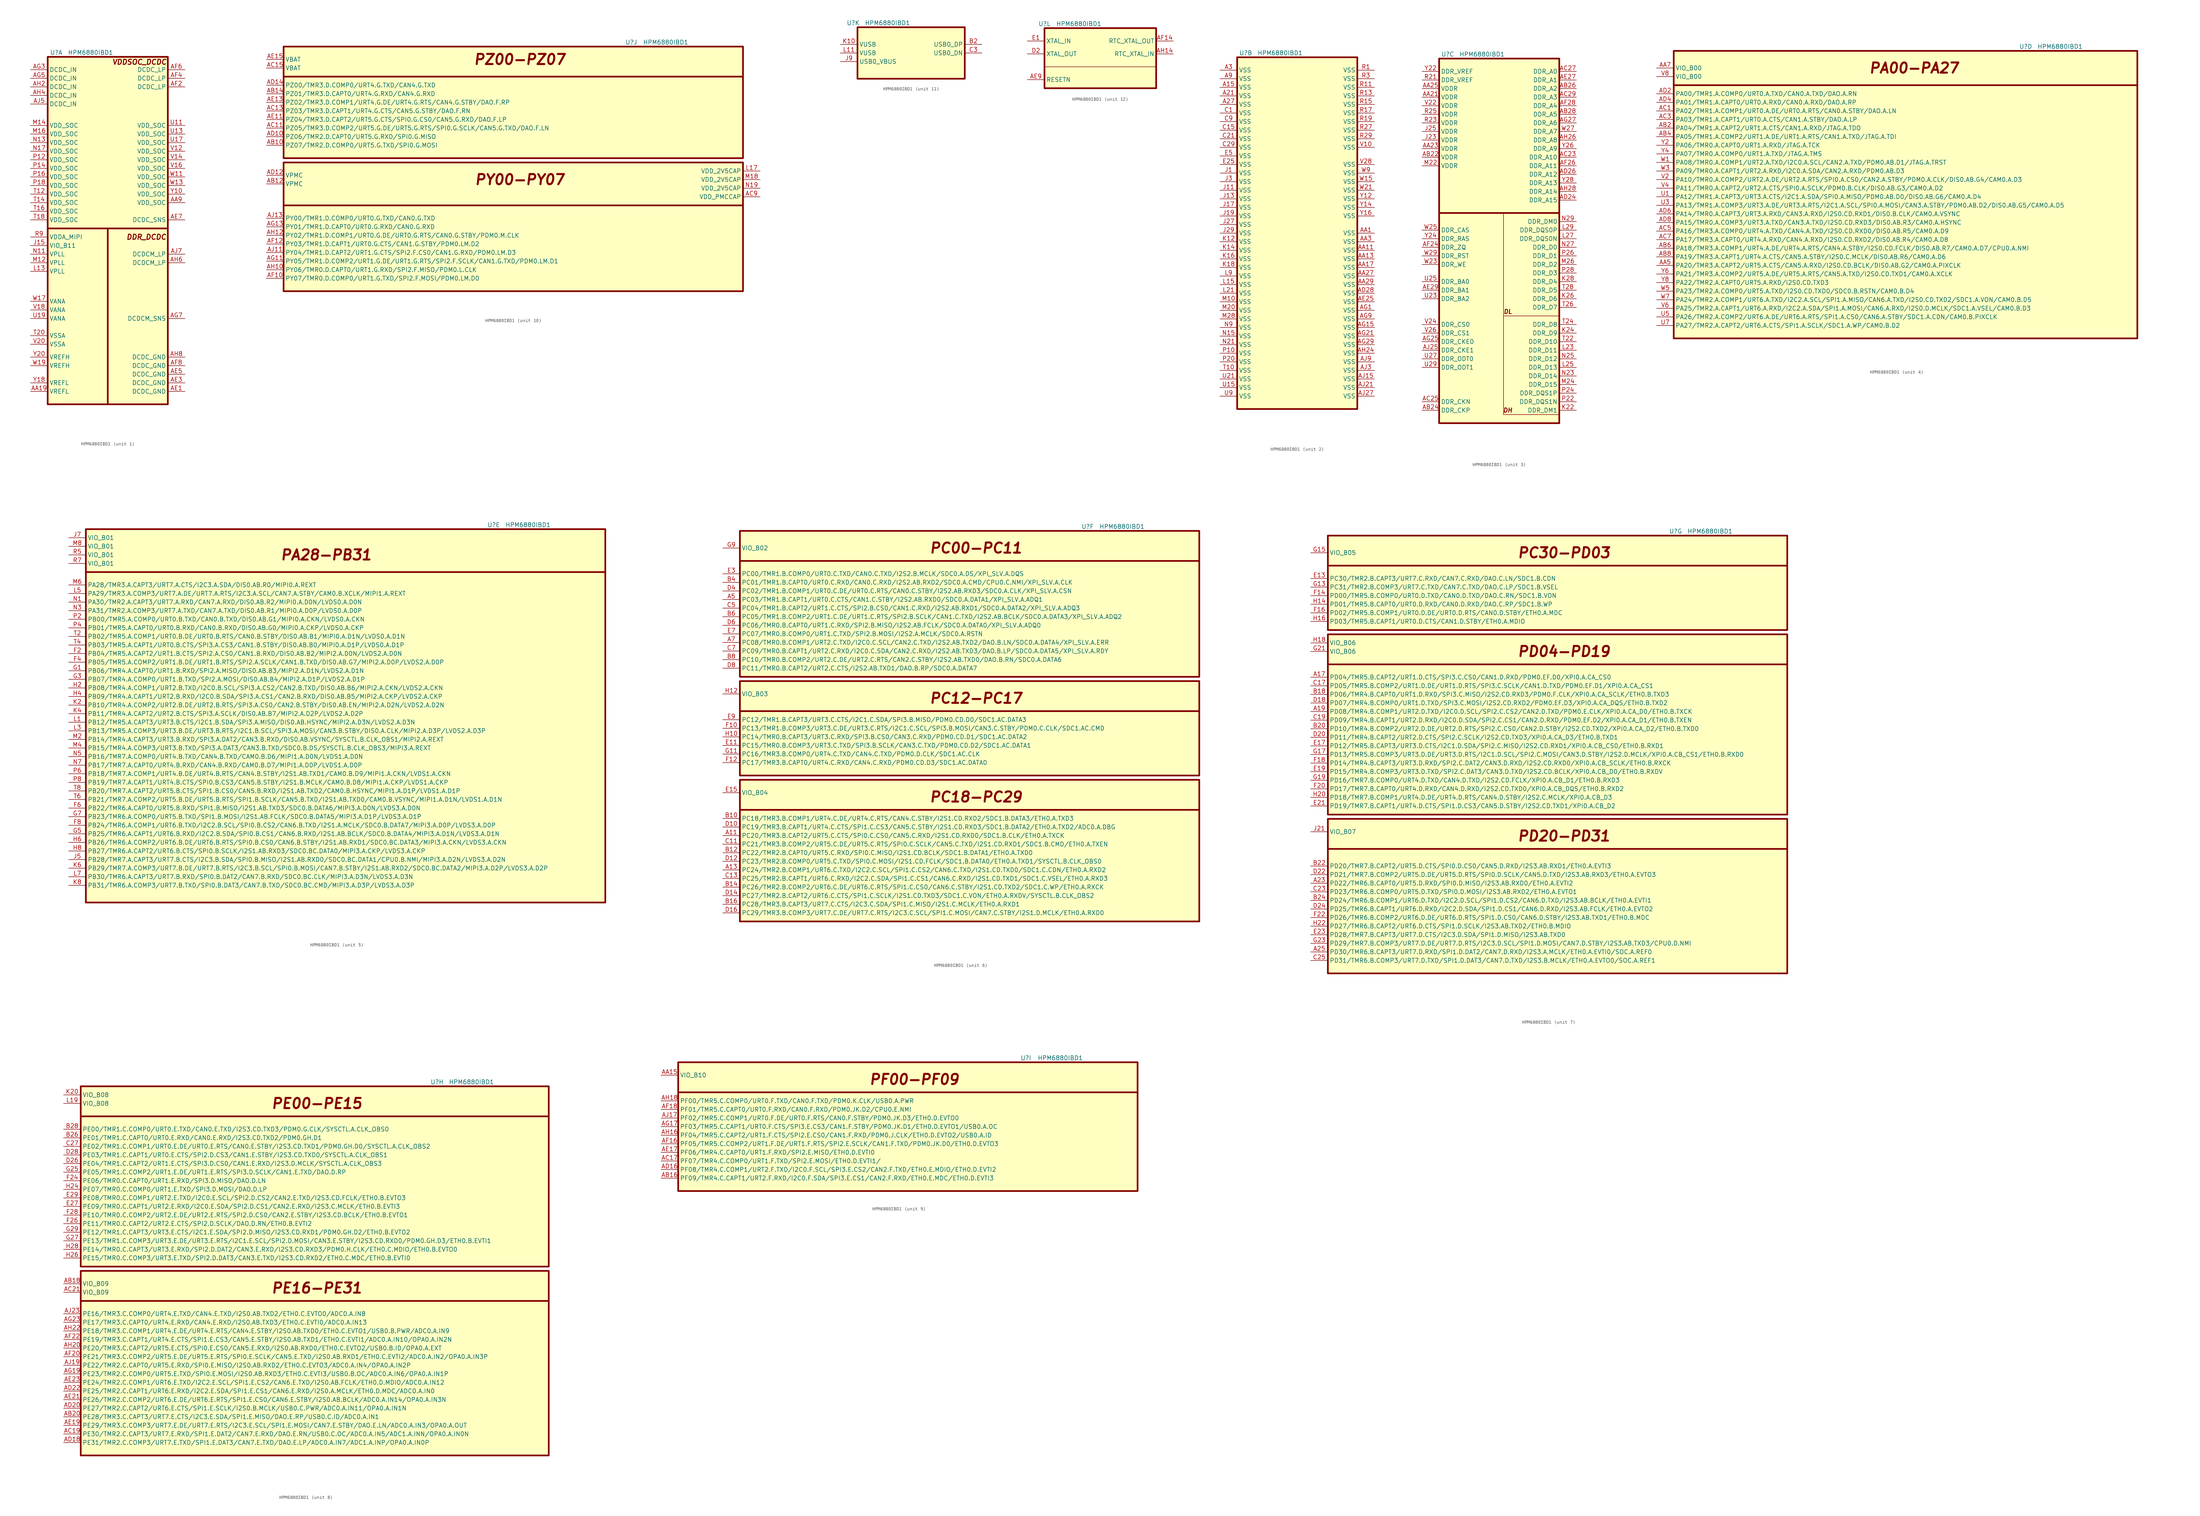
<source format=kicad_sym>
(kicad_symbol_lib
  (version 20220914)
  (generator kicad_symbol_editor)
  (symbol "HPM6880IBD1"
    (property "Reference" "U"
      (at -33.02 1.27 0)
      (effects (font (size 1.27 1.27))))
    (property "Value" "HPM6880IBD1"
      (at -22.86 1.27 0)
      (effects (font (size 1.27 1.27))))
    (symbol "HPM6880IBD1_1_1"
      (rectangle (start -35.56 0) (end 0 -102.87) (stroke (width 0.5) (type default)) (fill (type background)))
      (polyline (pts (xy -35.56 -50.8) (xy 0 -50.8)) (stroke (width 0.5) (type default)) (fill (type none)))
      (polyline (pts (xy -17.78 -102.87) (xy -17.78 -50.8)) (stroke (width 0.5) (type default)) (fill (type none)))
      (text "DDR_DCDC" (at -6.35 -53.34 0) (effects (font (size 1.5 1.5) bold italic)))
      (text "VDDSOC_DCDC" (at -8.382 -1.524 0) (effects (font (size 1.5 1.5) bold italic)))
      (pin input line (at -40.64 -99.06 0) (length 5.08) (name "VREFL" (effects (font (size 1.27 1.27)))) (number "AA19" (effects (font (size 1.27 1.27)))))
      (pin input line (at 5.08 -43.18 180) (length 5.08) (name "VDD_SOC" (effects (font (size 1.27 1.27)))) (number "AA9" (effects (font (size 1.27 1.27)))))
      (pin input line (at 5.08 -99.06 180) (length 5.08) (name "DCDC_GND" (effects (font (size 1.27 1.27)))) (number "AE1" (effects (font (size 1.27 1.27)))))
      (pin input line (at 5.08 -96.52 180) (length 5.08) (name "DCDC_GND" (effects (font (size 1.27 1.27)))) (number "AE3" (effects (font (size 1.27 1.27)))))
      (pin input line (at 5.08 -93.98 180) (length 5.08) (name "DCDC_GND" (effects (font (size 1.27 1.27)))) (number "AE5" (effects (font (size 1.27 1.27)))))
      (pin input line (at 5.08 -48.26 180) (length 5.08) (name "DCDC_SNS" (effects (font (size 1.27 1.27)))) (number "AE7" (effects (font (size 1.27 1.27)))))
      (pin input line (at 5.08 -8.89 180) (length 5.08) (name "DCDC_LP\n" (effects (font (size 1.27 1.27)))) (number "AF2" (effects (font (size 1.27 1.27)))))
      (pin input line (at 5.08 -6.35 180) (length 5.08) (name "DCDC_LP\n" (effects (font (size 1.27 1.27)))) (number "AF4" (effects (font (size 1.27 1.27)))))
      (pin input line (at 5.08 -3.81 180) (length 5.08) (name "DCDC_LP\n" (effects (font (size 1.27 1.27)))) (number "AF6" (effects (font (size 1.27 1.27)))))
      (pin input line (at 5.08 -91.44 180) (length 5.08) (name "DCDC_GND" (effects (font (size 1.27 1.27)))) (number "AF8" (effects (font (size 1.27 1.27)))))
      (pin input line (at -40.64 -3.81 0) (length 5.08) (name "DCDC_IN" (effects (font (size 1.27 1.27)))) (number "AG3" (effects (font (size 1.27 1.27)))))
      (pin input line (at -40.64 -6.35 0) (length 5.08) (name "DCDC_IN" (effects (font (size 1.27 1.27)))) (number "AG5" (effects (font (size 1.27 1.27)))))
      (pin input line (at 5.08 -77.47 180) (length 5.08) (name "DCDCM_SNS" (effects (font (size 1.27 1.27)))) (number "AG7" (effects (font (size 1.27 1.27)))))
      (pin input line (at -40.64 -8.89 0) (length 5.08) (name "DCDC_IN" (effects (font (size 1.27 1.27)))) (number "AH2" (effects (font (size 1.27 1.27)))))
      (pin input line (at -40.64 -11.43 0) (length 5.08) (name "DCDC_IN" (effects (font (size 1.27 1.27)))) (number "AH4" (effects (font (size 1.27 1.27)))))
      (pin input line (at 5.08 -60.96 180) (length 5.08) (name "DCDCM_LP" (effects (font (size 1.27 1.27)))) (number "AH6" (effects (font (size 1.27 1.27)))))
      (pin input line (at 5.08 -88.9 180) (length 5.08) (name "DCDC_GND" (effects (font (size 1.27 1.27)))) (number "AH8" (effects (font (size 1.27 1.27)))))
      (pin input line (at -40.64 -13.97 0) (length 5.08) (name "DCDC_IN" (effects (font (size 1.27 1.27)))) (number "AJ5" (effects (font (size 1.27 1.27)))))
      (pin input line (at 5.08 -58.42 180) (length 5.08) (name "DCDCM_LP" (effects (font (size 1.27 1.27)))) (number "AJ7" (effects (font (size 1.27 1.27)))))
      (pin input line (at -40.64 -55.88 0) (length 5.08) (name "VIO_B11" (effects (font (size 1.27 1.27)))) (number "J15" (effects (font (size 1.27 1.27)))))
      (pin input line (at -40.64 -63.5 0) (length 5.08) (name "VPLL" (effects (font (size 1.27 1.27)))) (number "L13" (effects (font (size 1.27 1.27)))))
      (pin input line (at -40.64 -60.96 0) (length 5.08) (name "VPLL" (effects (font (size 1.27 1.27)))) (number "M12" (effects (font (size 1.27 1.27)))))
      (pin input line (at -40.64 -20.32 0) (length 5.08) (name "VDD_SOC" (effects (font (size 1.27 1.27)))) (number "M14" (effects (font (size 1.27 1.27)))))
      (pin input line (at -40.64 -22.86 0) (length 5.08) (name "VDD_SOC" (effects (font (size 1.27 1.27)))) (number "M16" (effects (font (size 1.27 1.27)))))
      (pin input line (at -40.64 -58.42 0) (length 5.08) (name "VPLL" (effects (font (size 1.27 1.27)))) (number "N11" (effects (font (size 1.27 1.27)))))
      (pin input line (at -40.64 -25.4 0) (length 5.08) (name "VDD_SOC" (effects (font (size 1.27 1.27)))) (number "N13" (effects (font (size 1.27 1.27)))))
      (pin input line (at -40.64 -27.94 0) (length 5.08) (name "VDD_SOC" (effects (font (size 1.27 1.27)))) (number "N17" (effects (font (size 1.27 1.27)))))
      (pin input line (at -40.64 -30.48 0) (length 5.08) (name "VDD_SOC" (effects (font (size 1.27 1.27)))) (number "P12" (effects (font (size 1.27 1.27)))))
      (pin input line (at -40.64 -33.02 0) (length 5.08) (name "VDD_SOC" (effects (font (size 1.27 1.27)))) (number "P14" (effects (font (size 1.27 1.27)))))
      (pin input line (at -40.64 -35.56 0) (length 5.08) (name "VDD_SOC" (effects (font (size 1.27 1.27)))) (number "P16" (effects (font (size 1.27 1.27)))))
      (pin input line (at -40.64 -38.1 0) (length 5.08) (name "VDD_SOC" (effects (font (size 1.27 1.27)))) (number "P18" (effects (font (size 1.27 1.27)))))
      (pin input line (at -40.64 -53.34 0) (length 5.08) (name "VDDA_MIPI\n" (effects (font (size 1.27 1.27)))) (number "R9" (effects (font (size 1.27 1.27)))))
      (pin input line (at -40.64 -40.64 0) (length 5.08) (name "VDD_SOC" (effects (font (size 1.27 1.27)))) (number "T12" (effects (font (size 1.27 1.27)))))
      (pin input line (at -40.64 -43.18 0) (length 5.08) (name "VDD_SOC" (effects (font (size 1.27 1.27)))) (number "T14" (effects (font (size 1.27 1.27)))))
      (pin input line (at -40.64 -45.72 0) (length 5.08) (name "VDD_SOC" (effects (font (size 1.27 1.27)))) (number "T16" (effects (font (size 1.27 1.27)))))
      (pin input line (at -40.64 -48.26 0) (length 5.08) (name "VDD_SOC" (effects (font (size 1.27 1.27)))) (number "T18" (effects (font (size 1.27 1.27)))))
      (pin input line (at -40.64 -82.55 0) (length 5.08) (name "VSSA" (effects (font (size 1.27 1.27)))) (number "T20" (effects (font (size 1.27 1.27)))))
      (pin input line (at 5.08 -20.32 180) (length 5.08) (name "VDD_SOC" (effects (font (size 1.27 1.27)))) (number "U11" (effects (font (size 1.27 1.27)))))
      (pin input line (at 5.08 -22.86 180) (length 5.08) (name "VDD_SOC" (effects (font (size 1.27 1.27)))) (number "U13" (effects (font (size 1.27 1.27)))))
      (pin input line (at 5.08 -25.4 180) (length 5.08) (name "VDD_SOC" (effects (font (size 1.27 1.27)))) (number "U17" (effects (font (size 1.27 1.27)))))
      (pin input line (at -40.64 -77.47 0) (length 5.08) (name "VANA" (effects (font (size 1.27 1.27)))) (number "U19" (effects (font (size 1.27 1.27)))))
      (pin input line (at 5.08 -27.94 180) (length 5.08) (name "VDD_SOC" (effects (font (size 1.27 1.27)))) (number "V12" (effects (font (size 1.27 1.27)))))
      (pin input line (at 5.08 -30.48 180) (length 5.08) (name "VDD_SOC" (effects (font (size 1.27 1.27)))) (number "V14" (effects (font (size 1.27 1.27)))))
      (pin input line (at 5.08 -33.02 180) (length 5.08) (name "VDD_SOC" (effects (font (size 1.27 1.27)))) (number "V16" (effects (font (size 1.27 1.27)))))
      (pin input line (at -40.64 -74.93 0) (length 5.08) (name "VANA" (effects (font (size 1.27 1.27)))) (number "V18" (effects (font (size 1.27 1.27)))))
      (pin input line (at -40.64 -85.09 0) (length 5.08) (name "VSSA" (effects (font (size 1.27 1.27)))) (number "V20" (effects (font (size 1.27 1.27)))))
      (pin input line (at 5.08 -35.56 180) (length 5.08) (name "VDD_SOC" (effects (font (size 1.27 1.27)))) (number "W11" (effects (font (size 1.27 1.27)))))
      (pin input line (at 5.08 -38.1 180) (length 5.08) (name "VDD_SOC" (effects (font (size 1.27 1.27)))) (number "W13" (effects (font (size 1.27 1.27)))))
      (pin input line (at -40.64 -72.39 0) (length 5.08) (name "VANA" (effects (font (size 1.27 1.27)))) (number "W17" (effects (font (size 1.27 1.27)))))
      (pin input line (at -40.64 -91.44 0) (length 5.08) (name "VREFH" (effects (font (size 1.27 1.27)))) (number "W19" (effects (font (size 1.27 1.27)))))
      (pin input line (at 5.08 -40.64 180) (length 5.08) (name "VDD_SOC" (effects (font (size 1.27 1.27)))) (number "Y10" (effects (font (size 1.27 1.27)))))
      (pin input line (at -40.64 -96.52 0) (length 5.08) (name "VREFL" (effects (font (size 1.27 1.27)))) (number "Y18" (effects (font (size 1.27 1.27)))))
      (pin input line (at -40.64 -88.9 0) (length 5.08) (name "VREFH" (effects (font (size 1.27 1.27)))) (number "Y20" (effects (font (size 1.27 1.27))))))
    (symbol "HPM6880IBD1_2_1"
      (rectangle (start -35.56 0) (end 0 -104.14) (stroke (width 0.5) (type default)) (fill (type background)))
      (pin input line (at -40.64 -8.89 0) (length 5.08) (name "VSS" (effects (font (size 1.27 1.27)))) (number "A15" (effects (font (size 1.27 1.27)))))
      (pin input line (at -40.64 -11.43 0) (length 5.08) (name "VSS" (effects (font (size 1.27 1.27)))) (number "A21" (effects (font (size 1.27 1.27)))))
      (pin input line (at -40.64 -13.97 0) (length 5.08) (name "VSS" (effects (font (size 1.27 1.27)))) (number "A27" (effects (font (size 1.27 1.27)))))
      (pin input line (at -40.64 -3.81 0) (length 5.08) (name "VSS" (effects (font (size 1.27 1.27)))) (number "A3" (effects (font (size 1.27 1.27)))))
      (pin input line (at -40.64 -6.35 0) (length 5.08) (name "VSS" (effects (font (size 1.27 1.27)))) (number "A9" (effects (font (size 1.27 1.27)))))
      (pin input line (at 5.08 -52.07 180) (length 5.08) (name "VSS" (effects (font (size 1.27 1.27)))) (number "AA1" (effects (font (size 1.27 1.27)))))
      (pin input line (at 5.08 -57.15 180) (length 5.08) (name "VSS" (effects (font (size 1.27 1.27)))) (number "AA11" (effects (font (size 1.27 1.27)))))
      (pin input line (at 5.08 -59.69 180) (length 5.08) (name "VSS" (effects (font (size 1.27 1.27)))) (number "AA13" (effects (font (size 1.27 1.27)))))
      (pin input line (at 5.08 -62.23 180) (length 5.08) (name "VSS" (effects (font (size 1.27 1.27)))) (number "AA17" (effects (font (size 1.27 1.27)))))
      (pin input line (at 5.08 -64.77 180) (length 5.08) (name "VSS" (effects (font (size 1.27 1.27)))) (number "AA27" (effects (font (size 1.27 1.27)))))
      (pin input line (at 5.08 -67.31 180) (length 5.08) (name "VSS" (effects (font (size 1.27 1.27)))) (number "AA29" (effects (font (size 1.27 1.27)))))
      (pin input line (at 5.08 -54.61 180) (length 5.08) (name "VSS" (effects (font (size 1.27 1.27)))) (number "AA3" (effects (font (size 1.27 1.27)))))
      (pin input line (at 5.08 -69.85 180) (length 5.08) (name "VSS" (effects (font (size 1.27 1.27)))) (number "AD28" (effects (font (size 1.27 1.27)))))
      (pin input line (at 5.08 -72.39 180) (length 5.08) (name "VSS" (effects (font (size 1.27 1.27)))) (number "AE25" (effects (font (size 1.27 1.27)))))
      (pin input line (at 5.08 -74.93 180) (length 5.08) (name "VSS" (effects (font (size 1.27 1.27)))) (number "AG1" (effects (font (size 1.27 1.27)))))
      (pin input line (at 5.08 -80.01 180) (length 5.08) (name "VSS" (effects (font (size 1.27 1.27)))) (number "AG15" (effects (font (size 1.27 1.27)))))
      (pin input line (at 5.08 -82.55 180) (length 5.08) (name "VSS" (effects (font (size 1.27 1.27)))) (number "AG21" (effects (font (size 1.27 1.27)))))
      (pin input line (at 5.08 -85.09 180) (length 5.08) (name "VSS" (effects (font (size 1.27 1.27)))) (number "AG29" (effects (font (size 1.27 1.27)))))
      (pin input line (at 5.08 -77.47 180) (length 5.08) (name "VSS" (effects (font (size 1.27 1.27)))) (number "AG9" (effects (font (size 1.27 1.27)))))
      (pin input line (at 5.08 -87.63 180) (length 5.08) (name "VSS" (effects (font (size 1.27 1.27)))) (number "AH24" (effects (font (size 1.27 1.27)))))
      (pin input line (at 5.08 -95.25 180) (length 5.08) (name "VSS" (effects (font (size 1.27 1.27)))) (number "AJ15" (effects (font (size 1.27 1.27)))))
      (pin input line (at 5.08 -97.79 180) (length 5.08) (name "VSS" (effects (font (size 1.27 1.27)))) (number "AJ21" (effects (font (size 1.27 1.27)))))
      (pin input line (at 5.08 -100.33 180) (length 5.08) (name "VSS" (effects (font (size 1.27 1.27)))) (number "AJ27" (effects (font (size 1.27 1.27)))))
      (pin input line (at 5.08 -92.71 180) (length 5.08) (name "VSS" (effects (font (size 1.27 1.27)))) (number "AJ3" (effects (font (size 1.27 1.27)))))
      (pin input line (at 5.08 -90.17 180) (length 5.08) (name "VSS" (effects (font (size 1.27 1.27)))) (number "AJ9" (effects (font (size 1.27 1.27)))))
      (pin input line (at -40.64 -16.51 0) (length 5.08) (name "VSS" (effects (font (size 1.27 1.27)))) (number "C1" (effects (font (size 1.27 1.27)))))
      (pin input line (at -40.64 -21.59 0) (length 5.08) (name "VSS" (effects (font (size 1.27 1.27)))) (number "C15" (effects (font (size 1.27 1.27)))))
      (pin input line (at -40.64 -24.13 0) (length 5.08) (name "VSS" (effects (font (size 1.27 1.27)))) (number "C21" (effects (font (size 1.27 1.27)))))
      (pin input line (at -40.64 -26.67 0) (length 5.08) (name "VSS" (effects (font (size 1.27 1.27)))) (number "C29" (effects (font (size 1.27 1.27)))))
      (pin input line (at -40.64 -19.05 0) (length 5.08) (name "VSS" (effects (font (size 1.27 1.27)))) (number "C9" (effects (font (size 1.27 1.27)))))
      (pin input line (at -40.64 -31.75 0) (length 5.08) (name "VSS" (effects (font (size 1.27 1.27)))) (number "E25" (effects (font (size 1.27 1.27)))))
      (pin input line (at -40.64 -29.21 0) (length 5.08) (name "VSS" (effects (font (size 1.27 1.27)))) (number "E5" (effects (font (size 1.27 1.27)))))
      (pin input line (at -40.64 -34.29 0) (length 5.08) (name "VSS" (effects (font (size 1.27 1.27)))) (number "J1" (effects (font (size 1.27 1.27)))))
      (pin input line (at -40.64 -39.37 0) (length 5.08) (name "VSS" (effects (font (size 1.27 1.27)))) (number "J11" (effects (font (size 1.27 1.27)))))
      (pin input line (at -40.64 -41.91 0) (length 5.08) (name "VSS" (effects (font (size 1.27 1.27)))) (number "J13" (effects (font (size 1.27 1.27)))))
      (pin input line (at -40.64 -44.45 0) (length 5.08) (name "VSS" (effects (font (size 1.27 1.27)))) (number "J17" (effects (font (size 1.27 1.27)))))
      (pin input line (at -40.64 -46.99 0) (length 5.08) (name "VSS" (effects (font (size 1.27 1.27)))) (number "J19" (effects (font (size 1.27 1.27)))))
      (pin input line (at -40.64 -49.53 0) (length 5.08) (name "VSS" (effects (font (size 1.27 1.27)))) (number "J27" (effects (font (size 1.27 1.27)))))
      (pin input line (at -40.64 -52.07 0) (length 5.08) (name "VSS" (effects (font (size 1.27 1.27)))) (number "J29" (effects (font (size 1.27 1.27)))))
      (pin input line (at -40.64 -36.83 0) (length 5.08) (name "VSS" (effects (font (size 1.27 1.27)))) (number "J3" (effects (font (size 1.27 1.27)))))
      (pin input line (at -40.64 -54.61 0) (length 5.08) (name "VSS" (effects (font (size 1.27 1.27)))) (number "K12" (effects (font (size 1.27 1.27)))))
      (pin input line (at -40.64 -57.15 0) (length 5.08) (name "VSS" (effects (font (size 1.27 1.27)))) (number "K14" (effects (font (size 1.27 1.27)))))
      (pin input line (at -40.64 -59.69 0) (length 5.08) (name "VSS" (effects (font (size 1.27 1.27)))) (number "K16" (effects (font (size 1.27 1.27)))))
      (pin input line (at -40.64 -62.23 0) (length 5.08) (name "VSS" (effects (font (size 1.27 1.27)))) (number "K18" (effects (font (size 1.27 1.27)))))
      (pin input line (at -40.64 -67.31 0) (length 5.08) (name "VSS" (effects (font (size 1.27 1.27)))) (number "L15" (effects (font (size 1.27 1.27)))))
      (pin input line (at -40.64 -69.85 0) (length 5.08) (name "VSS" (effects (font (size 1.27 1.27)))) (number "L21" (effects (font (size 1.27 1.27)))))
      (pin input line (at -40.64 -64.77 0) (length 5.08) (name "VSS" (effects (font (size 1.27 1.27)))) (number "L9" (effects (font (size 1.27 1.27)))))
      (pin input line (at -40.64 -72.39 0) (length 5.08) (name "VSS" (effects (font (size 1.27 1.27)))) (number "M10" (effects (font (size 1.27 1.27)))))
      (pin input line (at -40.64 -74.93 0) (length 5.08) (name "VSS" (effects (font (size 1.27 1.27)))) (number "M20" (effects (font (size 1.27 1.27)))))
      (pin input line (at -40.64 -77.47 0) (length 5.08) (name "VSS" (effects (font (size 1.27 1.27)))) (number "M28" (effects (font (size 1.27 1.27)))))
      (pin input line (at -40.64 -82.55 0) (length 5.08) (name "VSS" (effects (font (size 1.27 1.27)))) (number "N15" (effects (font (size 1.27 1.27)))))
      (pin input line (at -40.64 -85.09 0) (length 5.08) (name "VSS" (effects (font (size 1.27 1.27)))) (number "N21" (effects (font (size 1.27 1.27)))))
      (pin input line (at -40.64 -80.01 0) (length 5.08) (name "VSS" (effects (font (size 1.27 1.27)))) (number "N9" (effects (font (size 1.27 1.27)))))
      (pin input line (at -40.64 -87.63 0) (length 5.08) (name "VSS" (effects (font (size 1.27 1.27)))) (number "P10" (effects (font (size 1.27 1.27)))))
      (pin input line (at -40.64 -90.17 0) (length 5.08) (name "VSS" (effects (font (size 1.27 1.27)))) (number "P20" (effects (font (size 1.27 1.27)))))
      (pin input line (at 5.08 -3.81 180) (length 5.08) (name "VSS" (effects (font (size 1.27 1.27)))) (number "R1" (effects (font (size 1.27 1.27)))))
      (pin input line (at 5.08 -8.89 180) (length 5.08) (name "VSS" (effects (font (size 1.27 1.27)))) (number "R11" (effects (font (size 1.27 1.27)))))
      (pin input line (at 5.08 -11.43 180) (length 5.08) (name "VSS" (effects (font (size 1.27 1.27)))) (number "R13" (effects (font (size 1.27 1.27)))))
      (pin input line (at 5.08 -13.97 180) (length 5.08) (name "VSS" (effects (font (size 1.27 1.27)))) (number "R15" (effects (font (size 1.27 1.27)))))
      (pin input line (at 5.08 -16.51 180) (length 5.08) (name "VSS" (effects (font (size 1.27 1.27)))) (number "R17" (effects (font (size 1.27 1.27)))))
      (pin input line (at 5.08 -19.05 180) (length 5.08) (name "VSS" (effects (font (size 1.27 1.27)))) (number "R19" (effects (font (size 1.27 1.27)))))
      (pin input line (at 5.08 -21.59 180) (length 5.08) (name "VSS" (effects (font (size 1.27 1.27)))) (number "R27" (effects (font (size 1.27 1.27)))))
      (pin input line (at 5.08 -24.13 180) (length 5.08) (name "VSS" (effects (font (size 1.27 1.27)))) (number "R29" (effects (font (size 1.27 1.27)))))
      (pin input line (at 5.08 -6.35 180) (length 5.08) (name "VSS" (effects (font (size 1.27 1.27)))) (number "R3" (effects (font (size 1.27 1.27)))))
      (pin input line (at -40.64 -92.71 0) (length 5.08) (name "VSS" (effects (font (size 1.27 1.27)))) (number "T10" (effects (font (size 1.27 1.27)))))
      (pin input line (at -40.64 -97.79 0) (length 5.08) (name "VSS" (effects (font (size 1.27 1.27)))) (number "U15" (effects (font (size 1.27 1.27)))))
      (pin input line (at -40.64 -95.25 0) (length 5.08) (name "VSS" (effects (font (size 1.27 1.27)))) (number "U21" (effects (font (size 1.27 1.27)))))
      (pin input line (at -40.64 -100.33 0) (length 5.08) (name "VSS" (effects (font (size 1.27 1.27)))) (number "U9" (effects (font (size 1.27 1.27)))))
      (pin input line (at 5.08 -26.67 180) (length 5.08) (name "VSS" (effects (font (size 1.27 1.27)))) (number "V10" (effects (font (size 1.27 1.27)))))
      (pin input line (at 5.08 -31.75 180) (length 5.08) (name "VSS" (effects (font (size 1.27 1.27)))) (number "V28" (effects (font (size 1.27 1.27)))))
      (pin input line (at 5.08 -36.83 180) (length 5.08) (name "VSS" (effects (font (size 1.27 1.27)))) (number "W15" (effects (font (size 1.27 1.27)))))
      (pin input line (at 5.08 -39.37 180) (length 5.08) (name "VSS" (effects (font (size 1.27 1.27)))) (number "W21" (effects (font (size 1.27 1.27)))))
      (pin input line (at 5.08 -34.29 180) (length 5.08) (name "VSS" (effects (font (size 1.27 1.27)))) (number "W9" (effects (font (size 1.27 1.27)))))
      (pin input line (at 5.08 -41.91 180) (length 5.08) (name "VSS" (effects (font (size 1.27 1.27)))) (number "Y12" (effects (font (size 1.27 1.27)))))
      (pin input line (at 5.08 -44.45 180) (length 5.08) (name "VSS" (effects (font (size 1.27 1.27)))) (number "Y14" (effects (font (size 1.27 1.27)))))
      (pin input line (at 5.08 -46.99 180) (length 5.08) (name "VSS" (effects (font (size 1.27 1.27)))) (number "Y16" (effects (font (size 1.27 1.27))))))
    (symbol "HPM6880IBD1_3_1"
      (rectangle (start -35.56 0) (end 0 -107.95) (stroke (width 0.5) (type default)) (fill (type background)))
      (polyline (pts (xy -35.56 -45.72) (xy 0 -45.72)) (stroke (width 0.5) (type default)) (fill (type none)))
      (polyline (pts (xy -16.51 -76.2) (xy -16.51 -105.41)) (stroke (width 0) (type default)) (fill (type none)))
      (polyline (pts (xy 0 -105.41) (xy -16.51 -105.41)) (stroke (width 0) (type default)) (fill (type none)))
      (polyline (pts (xy -16.51 -45.72) (xy -16.51 -76.2) (xy 0 -76.2)) (stroke (width 0) (type default)) (fill (type none)))
      (text "DH" (at -15.24 -104.14 0) (effects (font (size 1.27 1.27) bold italic)))
      (text "DL" (at -15.24 -74.93 0) (effects (font (size 1.27 1.27) bold italic)))
      (pin input line (at -40.64 -11.43 0) (length 5.08) (name "VDDR" (effects (font (size 1.27 1.27)))) (number "AA21" (effects (font (size 1.27 1.27)))))
      (pin input line (at -40.64 -26.67 0) (length 5.08) (name "VDDR" (effects (font (size 1.27 1.27)))) (number "AA23" (effects (font (size 1.27 1.27)))))
      (pin input line (at -40.64 -8.89 0) (length 5.08) (name "VDDR" (effects (font (size 1.27 1.27)))) (number "AA25" (effects (font (size 1.27 1.27)))))
      (pin input line (at -40.64 -29.21 0) (length 5.08) (name "VDDR" (effects (font (size 1.27 1.27)))) (number "AB22" (effects (font (size 1.27 1.27)))))
      (pin input line (at -40.64 -104.14 0) (length 5.08) (name "DDR_CKP" (effects (font (size 1.27 1.27)))) (number "AB24" (effects (font (size 1.27 1.27)))))
      (pin input line (at 5.08 -8.89 180) (length 5.08) (name "DDR_A2" (effects (font (size 1.27 1.27)))) (number "AB26" (effects (font (size 1.27 1.27)))))
      (pin input line (at 5.08 -16.51 180) (length 5.08) (name "DDR_A5" (effects (font (size 1.27 1.27)))) (number "AB28" (effects (font (size 1.27 1.27)))))
      (pin input line (at 5.08 -29.21 180) (length 5.08) (name "DDR_A10" (effects (font (size 1.27 1.27)))) (number "AC23" (effects (font (size 1.27 1.27)))))
      (pin input line (at -40.64 -101.6 0) (length 5.08) (name "DDR_CKN" (effects (font (size 1.27 1.27)))) (number "AC25" (effects (font (size 1.27 1.27)))))
      (pin input line (at 5.08 -3.81 180) (length 5.08) (name "DDR_A0" (effects (font (size 1.27 1.27)))) (number "AC27" (effects (font (size 1.27 1.27)))))
      (pin input line (at 5.08 -11.43 180) (length 5.08) (name "DDR_A3" (effects (font (size 1.27 1.27)))) (number "AC29" (effects (font (size 1.27 1.27)))))
      (pin input line (at 5.08 -41.91 180) (length 5.08) (name "DDR_A15" (effects (font (size 1.27 1.27)))) (number "AD24" (effects (font (size 1.27 1.27)))))
      (pin input line (at 5.08 -34.29 180) (length 5.08) (name "DDR_A12" (effects (font (size 1.27 1.27)))) (number "AD26" (effects (font (size 1.27 1.27)))))
      (pin input line (at 5.08 -6.35 180) (length 5.08) (name "DDR_A1" (effects (font (size 1.27 1.27)))) (number "AE27" (effects (font (size 1.27 1.27)))))
      (pin input line (at -40.64 -68.58 0) (length 5.08) (name "DDR_BA1" (effects (font (size 1.27 1.27)))) (number "AE29" (effects (font (size 1.27 1.27)))))
      (pin input line (at -40.64 -55.88 0) (length 5.08) (name "DDR_ZQ" (effects (font (size 1.27 1.27)))) (number "AF24" (effects (font (size 1.27 1.27)))))
      (pin input line (at 5.08 -31.75 180) (length 5.08) (name "DDR_A11" (effects (font (size 1.27 1.27)))) (number "AF26" (effects (font (size 1.27 1.27)))))
      (pin input line (at 5.08 -13.97 180) (length 5.08) (name "DDR_A4" (effects (font (size 1.27 1.27)))) (number "AF28" (effects (font (size 1.27 1.27)))))
      (pin input line (at -40.64 -83.82 0) (length 5.08) (name "DDR_CKE0" (effects (font (size 1.27 1.27)))) (number "AG25" (effects (font (size 1.27 1.27)))))
      (pin input line (at 5.08 -19.05 180) (length 5.08) (name "DDR_A6" (effects (font (size 1.27 1.27)))) (number "AG27" (effects (font (size 1.27 1.27)))))
      (pin input line (at 5.08 -24.13 180) (length 5.08) (name "DDR_A8" (effects (font (size 1.27 1.27)))) (number "AH26" (effects (font (size 1.27 1.27)))))
      (pin input line (at 5.08 -39.37 180) (length 5.08) (name "DDR_A14" (effects (font (size 1.27 1.27)))) (number "AH28" (effects (font (size 1.27 1.27)))))
      (pin input line (at -40.64 -86.36 0) (length 5.08) (name "DDR_CKE1" (effects (font (size 1.27 1.27)))) (number "AJ25" (effects (font (size 1.27 1.27)))))
      (pin input line (at -40.64 -24.13 0) (length 5.08) (name "VDDR" (effects (font (size 1.27 1.27)))) (number "J23" (effects (font (size 1.27 1.27)))))
      (pin input line (at -40.64 -21.59 0) (length 5.08) (name "VDDR" (effects (font (size 1.27 1.27)))) (number "J25" (effects (font (size 1.27 1.27)))))
      (pin input line (at 5.08 -104.14 180) (length 5.08) (name "DDR_DM1" (effects (font (size 1.27 1.27)))) (number "K22" (effects (font (size 1.27 1.27)))))
      (pin input line (at 5.08 -81.28 180) (length 5.08) (name "DDR_D9" (effects (font (size 1.27 1.27)))) (number "K24" (effects (font (size 1.27 1.27)))))
      (pin input line (at 5.08 -71.12 180) (length 5.08) (name "DDR_D6" (effects (font (size 1.27 1.27)))) (number "K26" (effects (font (size 1.27 1.27)))))
      (pin input line (at 5.08 -66.04 180) (length 5.08) (name "DDR_D4" (effects (font (size 1.27 1.27)))) (number "K28" (effects (font (size 1.27 1.27)))))
      (pin input line (at 5.08 -86.36 180) (length 5.08) (name "DDR_D11" (effects (font (size 1.27 1.27)))) (number "L23" (effects (font (size 1.27 1.27)))))
      (pin input line (at 5.08 -91.44 180) (length 5.08) (name "DDR_D13" (effects (font (size 1.27 1.27)))) (number "L25" (effects (font (size 1.27 1.27)))))
      (pin input line (at 5.08 -53.34 180) (length 5.08) (name "DDR_DQS0N" (effects (font (size 1.27 1.27)))) (number "L27" (effects (font (size 1.27 1.27)))))
      (pin input line (at 5.08 -50.8 180) (length 5.08) (name "DDR_DQS0P" (effects (font (size 1.27 1.27)))) (number "L29" (effects (font (size 1.27 1.27)))))
      (pin input line (at -40.64 -31.75 0) (length 5.08) (name "VDDR" (effects (font (size 1.27 1.27)))) (number "M22" (effects (font (size 1.27 1.27)))))
      (pin input line (at 5.08 -96.52 180) (length 5.08) (name "DDR_D15" (effects (font (size 1.27 1.27)))) (number "M24" (effects (font (size 1.27 1.27)))))
      (pin input line (at 5.08 -60.96 180) (length 5.08) (name "DDR_D2" (effects (font (size 1.27 1.27)))) (number "M26" (effects (font (size 1.27 1.27)))))
      (pin input line (at 5.08 -93.98 180) (length 5.08) (name "DDR_D14" (effects (font (size 1.27 1.27)))) (number "N23" (effects (font (size 1.27 1.27)))))
      (pin input line (at 5.08 -88.9 180) (length 5.08) (name "DDR_D12" (effects (font (size 1.27 1.27)))) (number "N25" (effects (font (size 1.27 1.27)))))
      (pin input line (at 5.08 -55.88 180) (length 5.08) (name "DDR_D0" (effects (font (size 1.27 1.27)))) (number "N27" (effects (font (size 1.27 1.27)))))
      (pin input line (at 5.08 -48.26 180) (length 5.08) (name "DDR_DM0" (effects (font (size 1.27 1.27)))) (number "N29" (effects (font (size 1.27 1.27)))))
      (pin input line (at 5.08 -101.6 180) (length 5.08) (name "DDR_DQS1N" (effects (font (size 1.27 1.27)))) (number "P22" (effects (font (size 1.27 1.27)))))
      (pin input line (at 5.08 -99.06 180) (length 5.08) (name "DDR_DQS1P" (effects (font (size 1.27 1.27)))) (number "P24" (effects (font (size 1.27 1.27)))))
      (pin input line (at 5.08 -58.42 180) (length 5.08) (name "DDR_D1" (effects (font (size 1.27 1.27)))) (number "P26" (effects (font (size 1.27 1.27)))))
      (pin input line (at 5.08 -63.5 180) (length 5.08) (name "DDR_D3" (effects (font (size 1.27 1.27)))) (number "P28" (effects (font (size 1.27 1.27)))))
      (pin input line (at -40.64 -6.35 0) (length 5.08) (name "DDR_VREF" (effects (font (size 1.27 1.27)))) (number "R21" (effects (font (size 1.27 1.27)))))
      (pin input line (at -40.64 -19.05 0) (length 5.08) (name "VDDR" (effects (font (size 1.27 1.27)))) (number "R23" (effects (font (size 1.27 1.27)))))
      (pin input line (at -40.64 -16.51 0) (length 5.08) (name "VDDR" (effects (font (size 1.27 1.27)))) (number "R25" (effects (font (size 1.27 1.27)))))
      (pin input line (at 5.08 -83.82 180) (length 5.08) (name "DDR_D10" (effects (font (size 1.27 1.27)))) (number "T22" (effects (font (size 1.27 1.27)))))
      (pin input line (at 5.08 -78.74 180) (length 5.08) (name "DDR_D8" (effects (font (size 1.27 1.27)))) (number "T24" (effects (font (size 1.27 1.27)))))
      (pin input line (at 5.08 -73.66 180) (length 5.08) (name "DDR_D7" (effects (font (size 1.27 1.27)))) (number "T26" (effects (font (size 1.27 1.27)))))
      (pin input line (at 5.08 -68.58 180) (length 5.08) (name "DDR_D5" (effects (font (size 1.27 1.27)))) (number "T28" (effects (font (size 1.27 1.27)))))
      (pin input line (at -40.64 -71.12 0) (length 5.08) (name "DDR_BA2" (effects (font (size 1.27 1.27)))) (number "U23" (effects (font (size 1.27 1.27)))))
      (pin input line (at -40.64 -66.04 0) (length 5.08) (name "DDR_BA0" (effects (font (size 1.27 1.27)))) (number "U25" (effects (font (size 1.27 1.27)))))
      (pin input line (at -40.64 -88.9 0) (length 5.08) (name "DDR_ODT0" (effects (font (size 1.27 1.27)))) (number "U27" (effects (font (size 1.27 1.27)))))
      (pin input line (at -40.64 -91.44 0) (length 5.08) (name "DDR_ODT1" (effects (font (size 1.27 1.27)))) (number "U29" (effects (font (size 1.27 1.27)))))
      (pin input line (at -40.64 -13.97 0) (length 5.08) (name "VDDR" (effects (font (size 1.27 1.27)))) (number "V22" (effects (font (size 1.27 1.27)))))
      (pin input line (at -40.64 -78.74 0) (length 5.08) (name "DDR_CS0" (effects (font (size 1.27 1.27)))) (number "V24" (effects (font (size 1.27 1.27)))))
      (pin input line (at -40.64 -81.28 0) (length 5.08) (name "DDR_CS1" (effects (font (size 1.27 1.27)))) (number "V26" (effects (font (size 1.27 1.27)))))
      (pin input line (at -40.64 -60.96 0) (length 5.08) (name "DDR_WE" (effects (font (size 1.27 1.27)))) (number "W23" (effects (font (size 1.27 1.27)))))
      (pin input line (at -40.64 -50.8 0) (length 5.08) (name "DDR_CAS" (effects (font (size 1.27 1.27)))) (number "W25" (effects (font (size 1.27 1.27)))))
      (pin input line (at 5.08 -21.59 180) (length 5.08) (name "DDR_A7" (effects (font (size 1.27 1.27)))) (number "W27" (effects (font (size 1.27 1.27)))))
      (pin input line (at -40.64 -58.42 0) (length 5.08) (name "DDR_RST" (effects (font (size 1.27 1.27)))) (number "W29" (effects (font (size 1.27 1.27)))))
      (pin input line (at -40.64 -3.81 0) (length 5.08) (name "DDR_VREF" (effects (font (size 1.27 1.27)))) (number "Y22" (effects (font (size 1.27 1.27)))))
      (pin input line (at -40.64 -53.34 0) (length 5.08) (name "DDR_RAS" (effects (font (size 1.27 1.27)))) (number "Y24" (effects (font (size 1.27 1.27)))))
      (pin input line (at 5.08 -26.67 180) (length 5.08) (name "DDR_A9" (effects (font (size 1.27 1.27)))) (number "Y26" (effects (font (size 1.27 1.27)))))
      (pin input line (at 5.08 -36.83 180) (length 5.08) (name "DDR_A13" (effects (font (size 1.27 1.27)))) (number "Y28" (effects (font (size 1.27 1.27))))))
    (symbol "HPM6880IBD1_4_1"
      (rectangle (start -137.16 0) (end 0 -85.09) (stroke (width 0.5) (type default)) (fill (type background)))
      (polyline (pts (xy -137.16 -10.16) (xy 0 -10.16)) (stroke (width 0.5) (type default)) (fill (type none)))
      (text "PA00-PA27" (at -66.04 -5.08 0) (effects (font (size 3 3) bold italic)))
      (pin input line (at -142.24 -63.5 0) (length 5.08) (name "PA20/TMR3.A.CAPT2/URT5.A.CTS/CAN5.A.RXD/I2S0.CD.BCLK/DIS0.AB.G2/CAM0.A.PIXCLK" (effects (font (size 1.27 1.27)))) (number "AA5" (effects (font (size 1.27 1.27)))))
      (pin input line (at -142.24 -5.08 0) (length 5.08) (name "VIO_B00" (effects (font (size 1.27 1.27)))) (number "AA7" (effects (font (size 1.27 1.27)))))
      (pin input line (at -142.24 -22.86 0) (length 5.08) (name "PA04/TMR1.A.CAPT2/URT1.A.CTS/CAN1.A.RXD/JTAG.A.TDO" (effects (font (size 1.27 1.27)))) (number "AB2" (effects (font (size 1.27 1.27)))))
      (pin input line (at -142.24 -25.4 0) (length 5.08) (name "PA05/TMR1.A.COMP2/URT1.A.DE/URT1.A.RTS/CAN1.A.TXD/JTAG.A.TDI" (effects (font (size 1.27 1.27)))) (number "AB4" (effects (font (size 1.27 1.27)))))
      (pin input line (at -142.24 -58.42 0) (length 5.08) (name "PA18/TMR3.A.COMP1/URT4.A.DE/URT4.A.RTS/CAN4.A.STBY/I2S0.CD.FCLK/DIS0.AB.R7/CAM0.A.D7/CPU0.A.NMI" (effects (font (size 1.27 1.27)))) (number "AB6" (effects (font (size 1.27 1.27)))))
      (pin input line (at -142.24 -60.96 0) (length 5.08) (name "PA19/TMR3.A.CAPT1/URT4.A.CTS/CAN5.A.STBY/I2S0.C.MCLK/DIS0.AB.R6/CAM0.A.D6" (effects (font (size 1.27 1.27)))) (number "AB8" (effects (font (size 1.27 1.27)))))
      (pin input line (at -142.24 -17.78 0) (length 5.08) (name "PA02/TMR1.A.COMP1/URT0.A.DE/URT0.A.RTS/CAN0.A.STBY/DAO.A.LN" (effects (font (size 1.27 1.27)))) (number "AC1" (effects (font (size 1.27 1.27)))))
      (pin input line (at -142.24 -20.32 0) (length 5.08) (name "PA03/TMR1.A.CAPT1/URT0.A.CTS/CAN1.A.STBY/DAO.A.LP" (effects (font (size 1.27 1.27)))) (number "AC3" (effects (font (size 1.27 1.27)))))
      (pin input line (at -142.24 -53.34 0) (length 5.08) (name "PA16/TMR3.A.COMP0/URT4.A.TXD/CAN4.A.TXD/I2S0.CD.RXD0/DIS0.AB.R5/CAM0.A.D9" (effects (font (size 1.27 1.27)))) (number "AC5" (effects (font (size 1.27 1.27)))))
      (pin input line (at -142.24 -55.88 0) (length 5.08) (name "PA17/TMR3.A.CAPT0/URT4.A.RXD/CAN4.A.RXD/I2S0.CD.RXD2/DIS0.AB.R4/CAM0.A.D8" (effects (font (size 1.27 1.27)))) (number "AC7" (effects (font (size 1.27 1.27)))))
      (pin input line (at -142.24 -12.7 0) (length 5.08) (name "PA00/TMR1.A.COMP0/URT0.A.TXD/CAN0.A.TXD/DAO.A.RN" (effects (font (size 1.27 1.27)))) (number "AD2" (effects (font (size 1.27 1.27)))))
      (pin input line (at -142.24 -15.24 0) (length 5.08) (name "PA01/TMR1.A.CAPT0/URT0.A.RXD/CAN0.A.RXD/DAO.A.RP" (effects (font (size 1.27 1.27)))) (number "AD4" (effects (font (size 1.27 1.27)))))
      (pin input line (at -142.24 -48.26 0) (length 5.08) (name "PA14/TMR0.A.CAPT3/URT3.A.RXD/CAN3.A.RXD/I2S0.CD.RXD1/DIS0.B.CLK/CAM0.A.VSYNC" (effects (font (size 1.27 1.27)))) (number "AD6" (effects (font (size 1.27 1.27)))))
      (pin input line (at -142.24 -50.8 0) (length 5.08) (name "PA15/TMR0.A.COMP3/URT3.A.TXD/CAN3.A.TXD/I2S0.CD.RXD3/DIS0.AB.R3/CAM0.A.HSYNC" (effects (font (size 1.27 1.27)))) (number "AD8" (effects (font (size 1.27 1.27)))))
      (pin input line (at -142.24 -43.18 0) (length 5.08) (name "PA12/TMR1.A.CAPT3/URT3.A.CTS/I2C1.A.SDA/SPI0.A.MISO/PDM0.AB.D0/DIS0.AB.G6/CAM0.A.D4" (effects (font (size 1.27 1.27)))) (number "U1" (effects (font (size 1.27 1.27)))))
      (pin input line (at -142.24 -45.72 0) (length 5.08) (name "PA13/TMR1.A.COMP3/URT3.A.DE/URT3.A.RTS/I2C1.A.SCL/SPI0.A.MOSI/CAN3.A.STBY/PDM0.AB.D2/DIS0.AB.G5/CAM0.A.D5" (effects (font (size 1.27 1.27)))) (number "U3" (effects (font (size 1.27 1.27)))))
      (pin input line (at -142.24 -78.74 0) (length 5.08) (name "PA26/TMR2.A.COMP2/URT6.A.DE/URT6.A.RTS/SPI1.A.CS0/CAN6.A.STBY/SDC1.A.CDN/CAM0.B.PIXCLK" (effects (font (size 1.27 1.27)))) (number "U5" (effects (font (size 1.27 1.27)))))
      (pin input line (at -142.24 -81.28 0) (length 5.08) (name "PA27/TMR2.A.CAPT2/URT6.A.CTS/SPI1.A.SCLK/SDC1.A.WP/CAM0.B.D2" (effects (font (size 1.27 1.27)))) (number "U7" (effects (font (size 1.27 1.27)))))
      (pin input line (at -142.24 -38.1 0) (length 5.08) (name "PA10/TMR0.A.COMP2/URT2.A.DE/URT2.A.RTS/SPI0.A.CS0/CAN2.A.STBY/PDM0.A.CLK/DIS0.AB.G4/CAM0.A.D3" (effects (font (size 1.27 1.27)))) (number "V2" (effects (font (size 1.27 1.27)))))
      (pin input line (at -142.24 -40.64 0) (length 5.08) (name "PA11/TMR0.A.CAPT2/URT2.A.CTS/SPI0.A.SCLK/PDM0.B.CLK/DIS0.AB.G3/CAM0.A.D2" (effects (font (size 1.27 1.27)))) (number "V4" (effects (font (size 1.27 1.27)))))
      (pin input line (at -142.24 -76.2 0) (length 5.08) (name "PA25/TMR2.A.CAPT1/URT6.A.RXD/I2C2.A.SDA/SPI1.A.MOSI/CAN6.A.RXD/I2S0.D.MCLK/SDC1.A.VSEL/CAM0.B.D3" (effects (font (size 1.27 1.27)))) (number "V6" (effects (font (size 1.27 1.27)))))
      (pin input line (at -142.24 -7.62 0) (length 5.08) (name "VIO_B00" (effects (font (size 1.27 1.27)))) (number "V8" (effects (font (size 1.27 1.27)))))
      (pin input line (at -142.24 -33.02 0) (length 5.08) (name "PA08/TMR0.A.COMP1/URT2.A.TXD/I2C0.A.SCL/CAN2.A.TXD/PDM0.AB.D1/JTAG.A.TRST" (effects (font (size 1.27 1.27)))) (number "W1" (effects (font (size 1.27 1.27)))))
      (pin input line (at -142.24 -35.56 0) (length 5.08) (name "PA09/TMR0.A.CAPT1/URT2.A.RXD/I2C0.A.SDA/CAN2.A.RXD/PDM0.AB.D3" (effects (font (size 1.27 1.27)))) (number "W3" (effects (font (size 1.27 1.27)))))
      (pin input line (at -142.24 -71.12 0) (length 5.08) (name "PA23/TMR2.A.COMP0/URT5.A.TXD/I2S0.CD.TXD0/SDC0.B.RSTN/CAM0.B.D4" (effects (font (size 1.27 1.27)))) (number "W5" (effects (font (size 1.27 1.27)))))
      (pin input line (at -142.24 -73.66 0) (length 5.08) (name "PA24/TMR2.A.COMP1/URT6.A.TXD/I2C2.A.SCL/SPI1.A.MISO/CAN6.A.TXD/I2S0.CD.TXD2/SDC1.A.VON/CAM0.B.D5" (effects (font (size 1.27 1.27)))) (number "W7" (effects (font (size 1.27 1.27)))))
      (pin input line (at -142.24 -27.94 0) (length 5.08) (name "PA06/TMR0.A.CAPT0/URT1.A.RXD/JTAG.A.TCK" (effects (font (size 1.27 1.27)))) (number "Y2" (effects (font (size 1.27 1.27)))))
      (pin input line (at -142.24 -30.48 0) (length 5.08) (name "PA07/TMR0.A.COMP0/URT1.A.TXD/JTAG.A.TMS" (effects (font (size 1.27 1.27)))) (number "Y4" (effects (font (size 1.27 1.27)))))
      (pin input line (at -142.24 -66.04 0) (length 5.08) (name "PA21/TMR3.A.COMP2/URT5.A.DE/URT5.A.RTS/CAN5.A.TXD/I2S0.CD.TXD1/CAM0.A.XCLK" (effects (font (size 1.27 1.27)))) (number "Y6" (effects (font (size 1.27 1.27)))))
      (pin input line (at -142.24 -68.58 0) (length 5.08) (name "PA22/TMR2.A.CAPT0/URT5.A.RXD/I2S0.CD.TXD3" (effects (font (size 1.27 1.27)))) (number "Y8" (effects (font (size 1.27 1.27))))))
    (symbol "HPM6880IBD1_5_1"
      (rectangle (start -153.67 0) (end 0 -110.49) (stroke (width 0.5) (type default)) (fill (type background)))
      (polyline (pts (xy -153.67 -12.7) (xy 0 -12.7)) (stroke (width 0.5) (type default)) (fill (type none)))
      (text "PA28-PB31" (at -82.55 -7.62 0) (effects (font (size 3 3) bold italic)))
      (pin input line (at -158.75 -36.83 0) (length 5.08) (name "PB04/TMR5.A.CAPT2/URT1.B.CTS/SPI2.A.CS0/CAN1.B.RXD/DIS0.AB.B2/MIPI2.A.D0N/LVDS2.A.D0N" (effects (font (size 1.27 1.27)))) (number "F2" (effects (font (size 1.27 1.27)))))
      (pin input line (at -158.75 -39.37 0) (length 5.08) (name "PB05/TMR5.A.COMP2/URT1.B.DE/URT1.B.RTS/SPI2.A.SCLK/CAN1.B.TXD/DIS0.AB.G7/MIPI2.A.D0P/LVDS2.A.D0P" (effects (font (size 1.27 1.27)))) (number "F4" (effects (font (size 1.27 1.27)))))
      (pin input line (at -158.75 -82.55 0) (length 5.08) (name "PB22/TMR6.A.CAPT0/URT5.B.RXD/SPI1.B.MISO/I2S1.AB.TXD3/SDC0.B.DATA6/MIPI3.A.D0N/LVDS3.A.D0N" (effects (font (size 1.27 1.27)))) (number "F6" (effects (font (size 1.27 1.27)))))
      (pin input line (at -158.75 -87.63 0) (length 5.08) (name "PB24/TMR6.A.COMP1/URT6.B.TXD/I2C2.B.SCL/SPI0.B.CS2/CAN6.B.TXD/I2S1.A.MCLK/SDC0.B.DATA7/MIPI3.A.D0P/LVDS3.A.D0P" (effects (font (size 1.27 1.27)))) (number "F8" (effects (font (size 1.27 1.27)))))
      (pin input line (at -158.75 -41.91 0) (length 5.08) (name "PB06/TMR4.A.CAPT0/URT1.B.RXD/SPI2.A.MISO/DIS0.AB.B3/MIPI2.A.D1N/LVDS2.A.D1N" (effects (font (size 1.27 1.27)))) (number "G1" (effects (font (size 1.27 1.27)))))
      (pin input line (at -158.75 -44.45 0) (length 5.08) (name "PB07/TMR4.A.COMP0/URT1.B.TXD/SPI2.A.MOSI/DIS0.AB.B4/MIPI2.A.D1P/LVDS2.A.D1P" (effects (font (size 1.27 1.27)))) (number "G3" (effects (font (size 1.27 1.27)))))
      (pin input line (at -158.75 -90.17 0) (length 5.08) (name "PB25/TMR6.A.CAPT1/URT6.B.RXD/I2C2.B.SDA/SPI0.B.CS1/CAN6.B.RXD/I2S1.AB.BCLK/SDC0.B.DATA4/MIPI3.A.D1N/LVDS3.A.D1N" (effects (font (size 1.27 1.27)))) (number "G5" (effects (font (size 1.27 1.27)))))
      (pin input line (at -158.75 -85.09 0) (length 5.08) (name "PB23/TMR6.A.COMP0/URT5.B.TXD/SPI1.B.MOSI/I2S1.AB.FCLK/SDC0.B.DATA5/MIPI3.A.D1P/LVDS3.A.D1P" (effects (font (size 1.27 1.27)))) (number "G7" (effects (font (size 1.27 1.27)))))
      (pin input line (at -158.75 -46.99 0) (length 5.08) (name "PB08/TMR4.A.COMP1/URT2.B.TXD/I2C0.B.SCL/SPI3.A.CS2/CAN2.B.TXD/DIS0.AB.B6/MIPI2.A.CKN/LVDS2.A.CKN" (effects (font (size 1.27 1.27)))) (number "H2" (effects (font (size 1.27 1.27)))))
      (pin input line (at -158.75 -49.53 0) (length 5.08) (name "PB09/TMR4.A.CAPT1/URT2.B.RXD/I2C0.B.SDA/SPI3.A.CS1/CAN2.B.RXD/DIS0.AB.B5/MIPI2.A.CKP/LVDS2.A.CKP" (effects (font (size 1.27 1.27)))) (number "H4" (effects (font (size 1.27 1.27)))))
      (pin input line (at -158.75 -92.71 0) (length 5.08) (name "PB26/TMR6.A.COMP2/URT6.B.DE/URT6.B.RTS/SPI0.B.CS0/CAN6.B.STBY/I2S1.AB.RXD1/SDC0.BC.DATA3/MIPI3.A.CKN/LVDS3.A.CKN" (effects (font (size 1.27 1.27)))) (number "H6" (effects (font (size 1.27 1.27)))))
      (pin input line (at -158.75 -95.25 0) (length 5.08) (name "PB27/TMR6.A.CAPT2/URT6.B.CTS/SPI0.B.SCLK/I2S1.AB.RXD3/SDC0.BC.DATA0/MIPI3.A.CKP/LVDS3.A.CKP" (effects (font (size 1.27 1.27)))) (number "H8" (effects (font (size 1.27 1.27)))))
      (pin input line (at -158.75 -97.79 0) (length 5.08) (name "PB28/TMR7.A.CAPT3/URT7.B.CTS/I2C3.B.SDA/SPI0.B.MISO/I2S1.AB.RXD0/SDC0.BC.DATA1/CPU0.B.NMI/MIPI3.A.D2N/LVDS3.A.D2N" (effects (font (size 1.27 1.27)))) (number "J5" (effects (font (size 1.27 1.27)))))
      (pin input line (at -158.75 -2.54 0) (length 5.08) (name "VIO_B01" (effects (font (size 1.27 1.27)))) (number "J7" (effects (font (size 1.27 1.27)))))
      (pin input line (at -158.75 -52.07 0) (length 5.08) (name "PB10/TMR4.A.COMP2/URT2.B.DE/URT2.B.RTS/SPI3.A.CS0/CAN2.B.STBY/DIS0.AB.EN/MIPI2.A.D2N/LVDS2.A.D2N" (effects (font (size 1.27 1.27)))) (number "K2" (effects (font (size 1.27 1.27)))))
      (pin input line (at -158.75 -54.61 0) (length 5.08) (name "PB11/TMR4.A.CAPT2/URT2.B.CTS/SPI3.A.SCLK/DIS0.AB.B7/MIPI2.A.D2P/LVDS2.A.D2P" (effects (font (size 1.27 1.27)))) (number "K4" (effects (font (size 1.27 1.27)))))
      (pin input line (at -158.75 -100.33 0) (length 5.08) (name "PB29/TMR7.A.COMP3/URT7.B.DE/URT7.B.RTS/I2C3.B.SCL/SPI0.B.MOSI/CAN7.B.STBY/I2S1.AB.RXD2/SDC0.BC.DATA2/MIPI3.A.D2P/LVDS3.A.D2P" (effects (font (size 1.27 1.27)))) (number "K6" (effects (font (size 1.27 1.27)))))
      (pin input line (at -158.75 -105.41 0) (length 5.08) (name "PB31/TMR6.A.COMP3/URT7.B.TXD/SPI0.B.DAT3/CAN7.B.TXD/SDC0.BC.CMD/MIPI3.A.D3P/LVDS3.A.D3P" (effects (font (size 1.27 1.27)))) (number "K8" (effects (font (size 1.27 1.27)))))
      (pin input line (at -158.75 -57.15 0) (length 5.08) (name "PB12/TMR5.A.CAPT3/URT3.B.CTS/I2C1.B.SDA/SPI3.A.MISO/DIS0.AB.HSYNC/MIPI2.A.D3N/LVDS2.A.D3N" (effects (font (size 1.27 1.27)))) (number "L1" (effects (font (size 1.27 1.27)))))
      (pin input line (at -158.75 -59.69 0) (length 5.08) (name "PB13/TMR5.A.COMP3/URT3.B.DE/URT3.B.RTS/I2C1.B.SCL/SPI3.A.MOSI/CAN3.B.STBY/DIS0.A.CLK/MIPI2.A.D3P/LVDS2.A.D3P" (effects (font (size 1.27 1.27)))) (number "L3" (effects (font (size 1.27 1.27)))))
      (pin input line (at -158.75 -19.05 0) (length 5.08) (name "PA29/TMR3.A.COMP3/URT7.A.DE/URT7.A.RTS/I2C3.A.SCL/CAN7.A.STBY/CAM0.B.XCLK/MIPI1.A.REXT" (effects (font (size 1.27 1.27)))) (number "L5" (effects (font (size 1.27 1.27)))))
      (pin input line (at -158.75 -102.87 0) (length 5.08) (name "PB30/TMR6.A.CAPT3/URT7.B.RXD/SPI0.B.DAT2/CAN7.B.RXD/SDC0.BC.CLK/MIPI3.A.D3N/LVDS3.A.D3N" (effects (font (size 1.27 1.27)))) (number "L7" (effects (font (size 1.27 1.27)))))
      (pin input line (at -158.75 -62.23 0) (length 5.08) (name "PB14/TMR4.A.CAPT3/URT3.B.RXD/SPI3.A.DAT2/CAN3.B.RXD/DIS0.AB.VSYNC/SYSCTL.B.CLK_OBS1/MIPI2.A.REXT" (effects (font (size 1.27 1.27)))) (number "M2" (effects (font (size 1.27 1.27)))))
      (pin input line (at -158.75 -64.77 0) (length 5.08) (name "PB15/TMR4.A.COMP3/URT3.B.TXD/SPI3.A.DAT3/CAN3.B.TXD/SDC0.B.DS/SYSCTL.B.CLK_OBS3/MIPI3.A.REXT" (effects (font (size 1.27 1.27)))) (number "M4" (effects (font (size 1.27 1.27)))))
      (pin input line (at -158.75 -16.51 0) (length 5.08) (name "PA28/TMR3.A.CAPT3/URT7.A.CTS/I2C3.A.SDA/DIS0.AB.R0/MIPI0.A.REXT" (effects (font (size 1.27 1.27)))) (number "M6" (effects (font (size 1.27 1.27)))))
      (pin input line (at -158.75 -5.08 0) (length 5.08) (name "VIO_B01" (effects (font (size 1.27 1.27)))) (number "M8" (effects (font (size 1.27 1.27)))))
      (pin input line (at -158.75 -21.59 0) (length 5.08) (name "PA30/TMR2.A.CAPT3/URT7.A.RXD/CAN7.A.RXD/DIS0.AB.R2/MIPI0.A.D0N/LVDS0.A.D0N" (effects (font (size 1.27 1.27)))) (number "N1" (effects (font (size 1.27 1.27)))))
      (pin input line (at -158.75 -24.13 0) (length 5.08) (name "PA31/TMR2.A.COMP3/URT7.A.TXD/CAN7.A.TXD/DIS0.AB.R1/MIPI0.A.D0P/LVDS0.A.D0P" (effects (font (size 1.27 1.27)))) (number "N3" (effects (font (size 1.27 1.27)))))
      (pin input line (at -158.75 -67.31 0) (length 5.08) (name "PB16/TMR7.A.COMP0/URT4.B.TXD/CAN4.B.TXD/CAM0.B.D6/MIPI1.A.D0N/LVDS1.A.D0N" (effects (font (size 1.27 1.27)))) (number "N5" (effects (font (size 1.27 1.27)))))
      (pin input line (at -158.75 -69.85 0) (length 5.08) (name "PB17/TMR7.A.CAPT0/URT4.B.RXD/CAN4.B.RXD/CAM0.B.D7/MIPI1.A.D0P/LVDS1.A.D0P" (effects (font (size 1.27 1.27)))) (number "N7" (effects (font (size 1.27 1.27)))))
      (pin input line (at -158.75 -26.67 0) (length 5.08) (name "PB00/TMR5.A.COMP0/URT0.B.TXD/CAN0.B.TXD/DIS0.AB.G1/MIPI0.A.CKN/LVDS0.A.CKN" (effects (font (size 1.27 1.27)))) (number "P2" (effects (font (size 1.27 1.27)))))
      (pin input line (at -158.75 -29.21 0) (length 5.08) (name "PB01/TMR5.A.CAPT0/URT0.B.RXD/CAN0.B.RXD/DIS0.AB.G0/MIPI0.A.CKP/LVDS0.A.CKP" (effects (font (size 1.27 1.27)))) (number "P4" (effects (font (size 1.27 1.27)))))
      (pin input line (at -158.75 -72.39 0) (length 5.08) (name "PB18/TMR7.A.COMP1/URT4.B.DE/URT4.B.RTS/CAN4.B.STBY/I2S1.AB.TXD1/CAM0.B.D9/MIPI1.A.CKN/LVDS1.A.CKN" (effects (font (size 1.27 1.27)))) (number "P6" (effects (font (size 1.27 1.27)))))
      (pin input line (at -158.75 -74.93 0) (length 5.08) (name "PB19/TMR7.A.CAPT1/URT4.B.CTS/SPI0.B.CS3/CAN5.B.STBY/I2S1.B.MCLK/CAM0.B.D8/MIPI1.A.CKP/LVDS1.A.CKP" (effects (font (size 1.27 1.27)))) (number "P8" (effects (font (size 1.27 1.27)))))
      (pin input line (at -158.75 -7.62 0) (length 5.08) (name "VIO_B01" (effects (font (size 1.27 1.27)))) (number "R5" (effects (font (size 1.27 1.27)))))
      (pin input line (at -158.75 -10.16 0) (length 5.08) (name "VIO_B01" (effects (font (size 1.27 1.27)))) (number "R7" (effects (font (size 1.27 1.27)))))
      (pin input line (at -158.75 -31.75 0) (length 5.08) (name "PB02/TMR5.A.COMP1/URT0.B.DE/URT0.B.RTS/CAN0.B.STBY/DIS0.AB.B1/MIPI0.A.D1N/LVDS0.A.D1N" (effects (font (size 1.27 1.27)))) (number "T2" (effects (font (size 1.27 1.27)))))
      (pin input line (at -158.75 -34.29 0) (length 5.08) (name "PB03/TMR5.A.CAPT1/URT0.B.CTS/SPI3.A.CS3/CAN1.B.STBY/DIS0.AB.B0/MIPI0.A.D1P/LVDS0.A.D1P" (effects (font (size 1.27 1.27)))) (number "T4" (effects (font (size 1.27 1.27)))))
      (pin input line (at -158.75 -80.01 0) (length 5.08) (name "PB21/TMR7.A.COMP2/URT5.B.DE/URT5.B.RTS/SPI1.B.SCLK/CAN5.B.TXD/I2S1.AB.TXD0/CAM0.B.VSYNC/MIPI1.A.D1N/LVDS1.A.D1N" (effects (font (size 1.27 1.27)))) (number "T6" (effects (font (size 1.27 1.27)))))
      (pin input line (at -158.75 -77.47 0) (length 5.08) (name "PB20/TMR7.A.CAPT2/URT5.B.CTS/SPI1.B.CS0/CAN5.B.RXD/I2S1.AB.TXD2/CAM0.B.HSYNC/MIPI1.A.D1P/LVDS1.A.D1P" (effects (font (size 1.27 1.27)))) (number "T8" (effects (font (size 1.27 1.27))))))
    (symbol "HPM6880IBD1_6_1"
      (rectangle (start -135.89 -73.66) (end 0 -115.57) (stroke (width 0.5) (type default)) (fill (type background)))
      (rectangle (start -135.89 -44.45) (end 0 -72.39) (stroke (width 0.5) (type default)) (fill (type background)))
      (rectangle (start -135.89 0) (end 0 -43.18) (stroke (width 0.5) (type default)) (fill (type background)))
      (polyline (pts (xy -135.89 -82.55) (xy 0 -82.55)) (stroke (width 0.5) (type default)) (fill (type none)))
      (polyline (pts (xy -135.89 -53.34) (xy 0 -53.34)) (stroke (width 0.5) (type default)) (fill (type none)))
      (polyline (pts (xy -135.89 -8.89) (xy 0 -8.89)) (stroke (width 0.5) (type default)) (fill (type none)))
      (text "PC00-PC11" (at -66.04 -5.08 0) (effects (font (size 3 3) bold italic)))
      (text "PC12-PC17" (at -66.04 -49.53 0) (effects (font (size 3 3) bold italic)))
      (text "PC18-PC29" (at -66.04 -78.74 0) (effects (font (size 3 3) bold italic)))
      (pin input line (at -140.97 -90.17 0) (length 5.08) (name "PC20/TMR3.B.CAPT2/URT5.C.CTS/SPI0.C.CS0/CAN5.C.RXD/I2S1.CD.RXD0/SDC1.B.CLK/ETH0.A.TXCK" (effects (font (size 1.27 1.27)))) (number "A11" (effects (font (size 1.27 1.27)))))
      (pin input line (at -140.97 -100.33 0) (length 5.08) (name "PC24/TMR2.B.COMP1/URT6.C.TXD/I2C2.C.SCL/SPI1.C.CS2/CAN6.C.TXD/I2S1.CD.TXD0/SDC1.C.CDN/ETH0.A.RXD2" (effects (font (size 1.27 1.27)))) (number "A13" (effects (font (size 1.27 1.27)))))
      (pin input line (at -140.97 -20.32 0) (length 5.08) (name "PC03/TMR1.B.CAPT1/URT0.C.CTS/CAN1.C.STBY/I2S2.AB.RXD0/SDC0.A.DATA1/XPI_SLV.A.ADQ1" (effects (font (size 1.27 1.27)))) (number "A5" (effects (font (size 1.27 1.27)))))
      (pin input line (at -140.97 -33.02 0) (length 5.08) (name "PC08/TMR0.B.COMP1/URT2.C.TXD/I2C0.C.SCL/CAN2.C.TXD/I2S2.AB.TXD2/DAO.B.LN/SDC0.A.DATA4/XPI_SLV.A.ERR" (effects (font (size 1.27 1.27)))) (number "A7" (effects (font (size 1.27 1.27)))))
      (pin input line (at -140.97 -85.09 0) (length 5.08) (name "PC18/TMR3.B.COMP1/URT4.C.DE/URT4.C.RTS/CAN4.C.STBY/I2S1.CD.RXD2/SDC1.B.DATA3/ETH0.A.TXD3" (effects (font (size 1.27 1.27)))) (number "B10" (effects (font (size 1.27 1.27)))))
      (pin input line (at -140.97 -95.25 0) (length 5.08) (name "PC22/TMR2.B.CAPT0/URT5.C.RXD/SPI0.C.MISO/I2S1.CD.BCLK/SDC1.B.DATA1/ETH0.A.TXD0" (effects (font (size 1.27 1.27)))) (number "B12" (effects (font (size 1.27 1.27)))))
      (pin input line (at -140.97 -105.41 0) (length 5.08) (name "PC26/TMR2.B.COMP2/URT6.C.DE/URT6.C.RTS/SPI1.C.CS0/CAN6.C.STBY/I2S1.CD.TXD2/SDC1.C.WP/ETH0.A.RXCK" (effects (font (size 1.27 1.27)))) (number "B14" (effects (font (size 1.27 1.27)))))
      (pin input line (at -140.97 -110.49 0) (length 5.08) (name "PC28/TMR3.B.CAPT3/URT7.C.CTS/I2C3.C.SDA/SPI1.C.MISO/I2S1.C.MCLK/ETH0.A.RXD1" (effects (font (size 1.27 1.27)))) (number "B16" (effects (font (size 1.27 1.27)))))
      (pin input line (at -140.97 -15.24 0) (length 5.08) (name "PC01/TMR1.B.CAPT0/URT0.C.RXD/CAN0.C.RXD/I2S2.AB.RXD2/SDC0.A.CMD/CPU0.C.NMI/XPI_SLV.A.CLK" (effects (font (size 1.27 1.27)))) (number "B4" (effects (font (size 1.27 1.27)))))
      (pin input line (at -140.97 -25.4 0) (length 5.08) (name "PC05/TMR1.B.COMP2/URT1.C.DE/URT1.C.RTS/SPI2.B.SCLK/CAN1.C.TXD/I2S2.AB.BCLK/SDC0.A.DATA3/XPI_SLV.A.ADQ2" (effects (font (size 1.27 1.27)))) (number "B6" (effects (font (size 1.27 1.27)))))
      (pin input line (at -140.97 -38.1 0) (length 5.08) (name "PC10/TMR0.B.COMP2/URT2.C.DE/URT2.C.RTS/CAN2.C.STBY/I2S2.AB.TXD0/DAO.B.RN/SDC0.A.DATA6" (effects (font (size 1.27 1.27)))) (number "B8" (effects (font (size 1.27 1.27)))))
      (pin input line (at -140.97 -92.71 0) (length 5.08) (name "PC21/TMR3.B.COMP2/URT5.C.DE/URT5.C.RTS/SPI0.C.SCLK/CAN5.C.TXD/I2S1.CD.RXD1/SDC1.B.CMD/ETH0.A.TXEN" (effects (font (size 1.27 1.27)))) (number "C11" (effects (font (size 1.27 1.27)))))
      (pin input line (at -140.97 -102.87 0) (length 5.08) (name "PC25/TMR2.B.CAPT1/URT6.C.RXD/I2C2.C.SDA/SPI1.C.CS1/CAN6.C.RXD/I2S1.CD.TXD1/SDC1.C.VSEL/ETH0.A.RXD3" (effects (font (size 1.27 1.27)))) (number "C13" (effects (font (size 1.27 1.27)))))
      (pin input line (at -140.97 -22.86 0) (length 5.08) (name "PC04/TMR1.B.CAPT2/URT1.C.CTS/SPI2.B.CS0/CAN1.C.RXD/I2S2.AB.RXD1/SDC0.A.DATA2/XPI_SLV.A.ADQ3" (effects (font (size 1.27 1.27)))) (number "C5" (effects (font (size 1.27 1.27)))))
      (pin input line (at -140.97 -35.56 0) (length 5.08) (name "PC09/TMR0.B.CAPT1/URT2.C.RXD/I2C0.C.SDA/CAN2.C.RXD/I2S2.AB.TXD3/DAO.B.LP/SDC0.A.DATA5/XPI_SLV.A.RDY" (effects (font (size 1.27 1.27)))) (number "C7" (effects (font (size 1.27 1.27)))))
      (pin input line (at -140.97 -87.63 0) (length 5.08) (name "PC19/TMR3.B.CAPT1/URT4.C.CTS/SPI1.C.CS3/CAN5.C.STBY/I2S1.CD.RXD3/SDC1.B.DATA2/ETH0.A.TXD2/ADC0.A.DBG" (effects (font (size 1.27 1.27)))) (number "D10" (effects (font (size 1.27 1.27)))))
      (pin input line (at -140.97 -97.79 0) (length 5.08) (name "PC23/TMR2.B.COMP0/URT5.C.TXD/SPI0.C.MOSI/I2S1.CD.FCLK/SDC1.B.DATA0/ETH0.A.TXD1/SYSCTL.B.CLK_OBS0" (effects (font (size 1.27 1.27)))) (number "D12" (effects (font (size 1.27 1.27)))))
      (pin input line (at -140.97 -107.95 0) (length 5.08) (name "PC27/TMR2.B.CAPT2/URT6.C.CTS/SPI1.C.SCLK/I2S1.CD.TXD3/SDC1.C.VON/ETH0.A.RXDV/SYSCTL.B.CLK_OBS2" (effects (font (size 1.27 1.27)))) (number "D14" (effects (font (size 1.27 1.27)))))
      (pin input line (at -140.97 -113.03 0) (length 5.08) (name "PC29/TMR3.B.COMP3/URT7.C.DE/URT7.C.RTS/I2C3.C.SCL/SPI1.C.MOSI/CAN7.C.STBY/I2S1.D.MCLK/ETH0.A.RXD0" (effects (font (size 1.27 1.27)))) (number "D16" (effects (font (size 1.27 1.27)))))
      (pin input line (at -140.97 -17.78 0) (length 5.08) (name "PC02/TMR1.B.COMP1/URT0.C.DE/URT0.C.RTS/CAN0.C.STBY/I2S2.AB.RXD3/SDC0.A.CLK/XPI_SLV.A.CSN" (effects (font (size 1.27 1.27)))) (number "D4" (effects (font (size 1.27 1.27)))))
      (pin input line (at -140.97 -27.94 0) (length 5.08) (name "PC06/TMR0.B.CAPT0/URT1.C.RXD/SPI2.B.MISO/I2S2.AB.FCLK/SDC0.A.DATA0/XPI_SLV.A.ADQ0" (effects (font (size 1.27 1.27)))) (number "D6" (effects (font (size 1.27 1.27)))))
      (pin input line (at -140.97 -40.64 0) (length 5.08) (name "PC11/TMR0.B.CAPT2/URT2.C.CTS/I2S2.AB.TXD1/DAO.B.RP/SDC0.A.DATA7" (effects (font (size 1.27 1.27)))) (number "D8" (effects (font (size 1.27 1.27)))))
      (pin input line (at -140.97 -63.5 0) (length 5.08) (name "PC15/TMR0.B.COMP3/URT3.C.TXD/SPI3.B.SCLK/CAN3.C.TXD/PDM0.CD.D2/SDC1.AC.DATA1" (effects (font (size 1.27 1.27)))) (number "E11" (effects (font (size 1.27 1.27)))))
      (pin input line (at -140.97 -77.47 0) (length 5.08) (name "VIO_B04" (effects (font (size 1.27 1.27)))) (number "E15" (effects (font (size 1.27 1.27)))))
      (pin input line (at -140.97 -12.7 0) (length 5.08) (name "PC00/TMR1.B.COMP0/URT0.C.TXD/CAN0.C.TXD/I2S2.B.MCLK/SDC0.A.DS/XPI_SLV.A.DQS" (effects (font (size 1.27 1.27)))) (number "E3" (effects (font (size 1.27 1.27)))))
      (pin input line (at -140.97 -30.48 0) (length 5.08) (name "PC07/TMR0.B.COMP0/URT1.C.TXD/SPI2.B.MOSI/I2S2.A.MCLK/SDC0.A.RSTN" (effects (font (size 1.27 1.27)))) (number "E7" (effects (font (size 1.27 1.27)))))
      (pin input line (at -140.97 -55.88 0) (length 5.08) (name "PC12/TMR1.B.CAPT3/URT3.C.CTS/I2C1.C.SDA/SPI3.B.MISO/PDM0.CD.D0/SDC1.AC.DATA3" (effects (font (size 1.27 1.27)))) (number "E9" (effects (font (size 1.27 1.27)))))
      (pin input line (at -140.97 -58.42 0) (length 5.08) (name "PC13/TMR1.B.COMP3/URT3.C.DE/URT3.C.RTS/I2C1.C.SCL/SPI3.B.MOSI/CAN3.C.STBY/PDM0.C.CLK/SDC1.AC.CMD" (effects (font (size 1.27 1.27)))) (number "F10" (effects (font (size 1.27 1.27)))))
      (pin input line (at -140.97 -68.58 0) (length 5.08) (name "PC17/TMR3.B.CAPT0/URT4.C.RXD/CAN4.C.RXD/PDM0.CD.D3/SDC1.AC.DATA0" (effects (font (size 1.27 1.27)))) (number "F12" (effects (font (size 1.27 1.27)))))
      (pin input line (at -140.97 -66.04 0) (length 5.08) (name "PC16/TMR3.B.COMP0/URT4.C.TXD/CAN4.C.TXD/PDM0.D.CLK/SDC1.AC.CLK" (effects (font (size 1.27 1.27)))) (number "G11" (effects (font (size 1.27 1.27)))))
      (pin input line (at -140.97 -5.08 0) (length 5.08) (name "VIO_B02" (effects (font (size 1.27 1.27)))) (number "G9" (effects (font (size 1.27 1.27)))))
      (pin input line (at -140.97 -60.96 0) (length 5.08) (name "PC14/TMR0.B.CAPT3/URT3.C.RXD/SPI3.B.CS0/CAN3.C.RXD/PDM0.CD.D1/SDC1.AC.DATA2" (effects (font (size 1.27 1.27)))) (number "H10" (effects (font (size 1.27 1.27)))))
      (pin input line (at -140.97 -48.26 0) (length 5.08) (name "VIO_B03" (effects (font (size 1.27 1.27)))) (number "H12" (effects (font (size 1.27 1.27))))))
    (symbol "HPM6880IBD1_7_1"
      (rectangle (start -135.89 -83.82) (end 0 -129.54) (stroke (width 0.5) (type default)) (fill (type background)))
      (rectangle (start -135.89 -29.21) (end 0 -82.55) (stroke (width 0.5) (type default)) (fill (type background)))
      (rectangle (start -135.89 0) (end 0 -27.94) (stroke (width 0.5) (type default)) (fill (type background)))
      (polyline (pts (xy -135.89 -92.71) (xy 0 -92.71)) (stroke (width 0.5) (type default)) (fill (type none)))
      (polyline (pts (xy -135.89 -38.1) (xy 0 -38.1)) (stroke (width 0.5) (type default)) (fill (type none)))
      (polyline (pts (xy -135.89 -8.89) (xy 0 -8.89)) (stroke (width 0.5) (type default)) (fill (type none)))
      (text "PC30-PD03" (at -66.04 -5.08 0) (effects (font (size 3 3) bold italic)))
      (text "PD04-PD19" (at -66.04 -34.29 0) (effects (font (size 3 3) bold italic)))
      (text "PD20-PD31" (at -66.04 -88.9 0) (effects (font (size 3 3) bold italic)))
      (pin input line (at -140.97 -41.91 0) (length 5.08) (name "PD04/TMR5.B.CAPT2/URT1.D.CTS/SPI3.C.CS0/CAN1.D.RXD/PDM0.EF.D0/XPI0.A.CA_CS0" (effects (font (size 1.27 1.27)))) (number "A17" (effects (font (size 1.27 1.27)))))
      (pin input line (at -140.97 -52.07 0) (length 5.08) (name "PD08/TMR4.B.COMP1/URT2.D.TXD/I2C0.D.SCL/SPI2.C.CS2/CAN2.D.TXD/PDM0.E.CLK/XPI0.A.CA_D0/ETH0.B.TXCK" (effects (font (size 1.27 1.27)))) (number "A19" (effects (font (size 1.27 1.27)))))
      (pin input line (at -140.97 -102.87 0) (length 5.08) (name "PD22/TMR6.B.CAPT0/URT5.D.RXD/SPI0.D.MISO/I2S3.AB.RXD0/ETH0.A.EVTI2" (effects (font (size 1.27 1.27)))) (number "A23" (effects (font (size 1.27 1.27)))))
      (pin input line (at -140.97 -123.19 0) (length 5.08) (name "PD30/TMR6.B.CAPT3/URT7.D.RXD/SPI1.D.DAT2/CAN7.D.RXD/I2S3.A.MCLK/ETH0.A.EVTI0/SOC.A.REF0" (effects (font (size 1.27 1.27)))) (number "A25" (effects (font (size 1.27 1.27)))))
      (pin input line (at -140.97 -46.99 0) (length 5.08) (name "PD06/TMR4.B.CAPT0/URT1.D.RXD/SPI3.C.MISO/I2S2.CD.RXD3/PDM0.F.CLK/XPI0.A.CA_SCLK/ETH0.B.TXD3" (effects (font (size 1.27 1.27)))) (number "B18" (effects (font (size 1.27 1.27)))))
      (pin input line (at -140.97 -57.15 0) (length 5.08) (name "PD10/TMR4.B.COMP2/URT2.D.DE/URT2.D.RTS/SPI2.C.CS0/CAN2.D.STBY/I2S2.CD.TXD2/XPI0.A.CA_D2/ETH0.B.TXD0" (effects (font (size 1.27 1.27)))) (number "B20" (effects (font (size 1.27 1.27)))))
      (pin input line (at -140.97 -97.79 0) (length 5.08) (name "PD20/TMR7.B.CAPT2/URT5.D.CTS/SPI0.D.CS0/CAN5.D.RXD/I2S3.AB.RXD1/ETH0.A.EVTI3" (effects (font (size 1.27 1.27)))) (number "B22" (effects (font (size 1.27 1.27)))))
      (pin input line (at -140.97 -107.95 0) (length 5.08) (name "PD24/TMR6.B.COMP1/URT6.D.TXD/I2C2.D.SCL/SPI1.D.CS2/CAN6.D.TXD/I2S3.AB.BCLK/ETH0.A.EVTI1" (effects (font (size 1.27 1.27)))) (number "B24" (effects (font (size 1.27 1.27)))))
      (pin input line (at -140.97 -44.45 0) (length 5.08) (name "PD05/TMR5.B.COMP2/URT1.D.DE/URT1.D.RTS/SPI3.C.SCLK/CAN1.D.TXD/PDM0.EF.D1/XPI0.A.CA_CS1" (effects (font (size 1.27 1.27)))) (number "C17" (effects (font (size 1.27 1.27)))))
      (pin input line (at -140.97 -54.61 0) (length 5.08) (name "PD09/TMR4.B.CAPT1/URT2.D.RXD/I2C0.D.SDA/SPI2.C.CS1/CAN2.D.RXD/PDM0.EF.D2/XPI0.A.CA_D1/ETH0.B.TXEN" (effects (font (size 1.27 1.27)))) (number "C19" (effects (font (size 1.27 1.27)))))
      (pin input line (at -140.97 -105.41 0) (length 5.08) (name "PD23/TMR6.B.COMP0/URT5.D.TXD/SPI0.D.MOSI/I2S3.AB.RXD2/ETH0.A.EVTO1" (effects (font (size 1.27 1.27)))) (number "C23" (effects (font (size 1.27 1.27)))))
      (pin input line (at -140.97 -125.73 0) (length 5.08) (name "PD31/TMR6.B.COMP3/URT7.D.TXD/SPI1.D.DAT3/CAN7.D.TXD/I2S3.B.MCLK/ETH0.A.EVTO0/SOC.A.REF1" (effects (font (size 1.27 1.27)))) (number "C25" (effects (font (size 1.27 1.27)))))
      (pin input line (at -140.97 -49.53 0) (length 5.08) (name "PD07/TMR4.B.COMP0/URT1.D.TXD/SPI3.C.MOSI/I2S2.CD.RXD2/PDM0.EF.D3/XPI0.A.CA_DQS/ETH0.B.TXD2" (effects (font (size 1.27 1.27)))) (number "D18" (effects (font (size 1.27 1.27)))))
      (pin input line (at -140.97 -59.69 0) (length 5.08) (name "PD11/TMR4.B.CAPT2/URT2.D.CTS/SPI2.C.SCLK/I2S2.CD.TXD3/XPI0.A.CA_D3/ETH0.B.TXD1" (effects (font (size 1.27 1.27)))) (number "D20" (effects (font (size 1.27 1.27)))))
      (pin input line (at -140.97 -100.33 0) (length 5.08) (name "PD21/TMR7.B.COMP2/URT5.D.DE/URT5.D.RTS/SPI0.D.SCLK/CAN5.D.TXD/I2S3.AB.RXD3/ETH0.A.EVTO3" (effects (font (size 1.27 1.27)))) (number "D22" (effects (font (size 1.27 1.27)))))
      (pin input line (at -140.97 -110.49 0) (length 5.08) (name "PD25/TMR6.B.CAPT1/URT6.D.RXD/I2C2.D.SDA/SPI1.D.CS1/CAN6.D.RXD/I2S3.AB.FCLK/ETH0.A.EVTO2" (effects (font (size 1.27 1.27)))) (number "D24" (effects (font (size 1.27 1.27)))))
      (pin input line (at -140.97 -12.7 0) (length 5.08) (name "PC30/TMR2.B.CAPT3/URT7.C.RXD/CAN7.C.RXD/DAO.C.LN/SDC1.B.CDN" (effects (font (size 1.27 1.27)))) (number "E13" (effects (font (size 1.27 1.27)))))
      (pin input line (at -140.97 -62.23 0) (length 5.08) (name "PD12/TMR5.B.CAPT3/URT3.D.CTS/I2C1.D.SDA/SPI2.C.MISO/I2S2.CD.RXD1/XPI0.A.CB_CS0/ETH0.B.RXD1" (effects (font (size 1.27 1.27)))) (number "E17" (effects (font (size 1.27 1.27)))))
      (pin input line (at -140.97 -69.85 0) (length 5.08) (name "PD15/TMR4.B.COMP3/URT3.D.TXD/SPI2.C.DAT3/CAN3.D.TXD/I2S2.CD.BCLK/XPI0.A.CB_D0/ETH0.B.RXDV" (effects (font (size 1.27 1.27)))) (number "E19" (effects (font (size 1.27 1.27)))))
      (pin input line (at -140.97 -80.01 0) (length 5.08) (name "PD19/TMR7.B.CAPT1/URT4.D.CTS/SPI1.D.CS3/CAN5.D.STBY/I2S2.CD.TXD1/XPI0.A.CB_D2" (effects (font (size 1.27 1.27)))) (number "E21" (effects (font (size 1.27 1.27)))))
      (pin input line (at -140.97 -118.11 0) (length 5.08) (name "PD28/TMR7.B.CAPT3/URT7.D.CTS/I2C3.D.SDA/SPI1.D.MISO/I2S3.AB.TXD0" (effects (font (size 1.27 1.27)))) (number "E23" (effects (font (size 1.27 1.27)))))
      (pin input line (at -140.97 -17.78 0) (length 5.08) (name "PD00/TMR5.B.COMP0/URT0.D.TXD/CAN0.D.TXD/DAO.C.RN/SDC1.B.VON" (effects (font (size 1.27 1.27)))) (number "F14" (effects (font (size 1.27 1.27)))))
      (pin input line (at -140.97 -22.86 0) (length 5.08) (name "PD02/TMR5.B.COMP1/URT0.D.DE/URT0.D.RTS/CAN0.D.STBY/ETH0.A.MDC" (effects (font (size 1.27 1.27)))) (number "F16" (effects (font (size 1.27 1.27)))))
      (pin input line (at -140.97 -67.31 0) (length 5.08) (name "PD14/TMR4.B.CAPT3/URT3.D.RXD/SPI2.C.DAT2/CAN3.D.RXD/I2S2.CD.RXD0/XPI0.A.CB_SCLK/ETH0.B.RXCK" (effects (font (size 1.27 1.27)))) (number "F18" (effects (font (size 1.27 1.27)))))
      (pin input line (at -140.97 -74.93 0) (length 5.08) (name "PD17/TMR7.B.CAPT0/URT4.D.RXD/CAN4.D.RXD/I2S2.CD.TXD0/XPI0.A.CB_DQS/ETH0.B.RXD2" (effects (font (size 1.27 1.27)))) (number "F20" (effects (font (size 1.27 1.27)))))
      (pin input line (at -140.97 -113.03 0) (length 5.08) (name "PD26/TMR6.B.COMP2/URT6.D.DE/URT6.D.RTS/SPI1.D.CS0/CAN6.D.STBY/I2S3.AB.TXD1/ETH0.B.MDC" (effects (font (size 1.27 1.27)))) (number "F22" (effects (font (size 1.27 1.27)))))
      (pin input line (at -140.97 -15.24 0) (length 5.08) (name "PC31/TMR2.B.COMP3/URT7.C.TXD/CAN7.C.TXD/DAO.C.LP/SDC1.B.VSEL" (effects (font (size 1.27 1.27)))) (number "G13" (effects (font (size 1.27 1.27)))))
      (pin input line (at -140.97 -5.08 0) (length 5.08) (name "VIO_B05" (effects (font (size 1.27 1.27)))) (number "G15" (effects (font (size 1.27 1.27)))))
      (pin input line (at -140.97 -64.77 0) (length 5.08) (name "PD13/TMR5.B.COMP3/URT3.D.DE/URT3.D.RTS/I2C1.D.SCL/SPI2.C.MOSI/CAN3.D.STBY/I2S2.D.MCLK/XPI0.A.CB_CS1/ETH0.B.RXD0" (effects (font (size 1.27 1.27)))) (number "G17" (effects (font (size 1.27 1.27)))))
      (pin input line (at -140.97 -72.39 0) (length 5.08) (name "PD16/TMR7.B.COMP0/URT4.D.TXD/CAN4.D.TXD/I2S2.CD.FCLK/XPI0.A.CB_D1/ETH0.B.RXD3" (effects (font (size 1.27 1.27)))) (number "G19" (effects (font (size 1.27 1.27)))))
      (pin input line (at -140.97 -34.29 0) (length 5.08) (name "VIO_B06" (effects (font (size 1.27 1.27)))) (number "G21" (effects (font (size 1.27 1.27)))))
      (pin input line (at -140.97 -120.65 0) (length 5.08) (name "PD29/TMR7.B.COMP3/URT7.D.DE/URT7.D.RTS/I2C3.D.SCL/SPI1.D.MOSI/CAN7.D.STBY/I2S3.AB.TXD3/CPU0.D.NMI" (effects (font (size 1.27 1.27)))) (number "G23" (effects (font (size 1.27 1.27)))))
      (pin input line (at -140.97 -20.32 0) (length 5.08) (name "PD01/TMR5.B.CAPT0/URT0.D.RXD/CAN0.D.RXD/DAO.C.RP/SDC1.B.WP" (effects (font (size 1.27 1.27)))) (number "H14" (effects (font (size 1.27 1.27)))))
      (pin input line (at -140.97 -25.4 0) (length 5.08) (name "PD03/TMR5.B.CAPT1/URT0.D.CTS/CAN1.D.STBY/ETH0.A.MDIO" (effects (font (size 1.27 1.27)))) (number "H16" (effects (font (size 1.27 1.27)))))
      (pin input line (at -140.97 -31.75 0) (length 5.08) (name "VIO_B06" (effects (font (size 1.27 1.27)))) (number "H18" (effects (font (size 1.27 1.27)))))
      (pin input line (at -140.97 -77.47 0) (length 5.08) (name "PD18/TMR7.B.COMP1/URT4.D.DE/URT4.D.RTS/CAN4.D.STBY/I2S2.C.MCLK/XPI0.A.CB_D3" (effects (font (size 1.27 1.27)))) (number "H20" (effects (font (size 1.27 1.27)))))
      (pin input line (at -140.97 -115.57 0) (length 5.08) (name "PD27/TMR6.B.CAPT2/URT6.D.CTS/SPI1.D.SCLK/I2S3.AB.TXD2/ETH0.B.MDIO" (effects (font (size 1.27 1.27)))) (number "H22" (effects (font (size 1.27 1.27)))))
      (pin input line (at -140.97 -87.63 0) (length 5.08) (name "VIO_B07" (effects (font (size 1.27 1.27)))) (number "J21" (effects (font (size 1.27 1.27))))))
    (symbol "HPM6880IBD1_8_1"
      (rectangle (start -138.43 -54.61) (end 0 -109.22) (stroke (width 0.5) (type default)) (fill (type background)))
      (rectangle (start -138.43 0) (end 0 -53.34) (stroke (width 0.5) (type default)) (fill (type background)))
      (polyline (pts (xy -138.43 -63.5) (xy 0 -63.5)) (stroke (width 0.5) (type default)) (fill (type none)))
      (polyline (pts (xy -138.43 -8.89) (xy 0 -8.89)) (stroke (width 0.5) (type default)) (fill (type none)))
      (text "PE00-PE15" (at -68.58 -5.08 0) (effects (font (size 3 3) bold italic)))
      (text "PE16-PE31" (at -68.58 -59.69 0) (effects (font (size 3 3) bold italic)))
      (pin input line (at -143.51 -58.42 0) (length 5.08) (name "VIO_B09\n" (effects (font (size 1.27 1.27)))) (number "AB18" (effects (font (size 1.27 1.27)))))
      (pin input line (at -143.51 -97.79 0) (length 5.08) (name "PE28/TMR3.C.CAPT3/URT7.E.CTS/I2C3.E.SDA/SPI1.E.MISO/DAO.E.RP/USB0.C.ID/ADC0.A.IN1" (effects (font (size 1.27 1.27)))) (number "AB20" (effects (font (size 1.27 1.27)))))
      (pin input line (at -143.51 -102.87 0) (length 5.08) (name "PE30/TMR2.C.CAPT3/URT7.E.RXD/SPI1.E.DAT2/CAN7.E.RXD/DAO.E.RN/USB0.C.OC/ADC0.A.IN5/ADC1.A.INN/OPA0.A.IN0N" (effects (font (size 1.27 1.27)))) (number "AC19" (effects (font (size 1.27 1.27)))))
      (pin input line (at -143.51 -60.96 0) (length 5.08) (name "VIO_B09" (effects (font (size 1.27 1.27)))) (number "AC21" (effects (font (size 1.27 1.27)))))
      (pin input line (at -143.51 -105.41 0) (length 5.08) (name "PE31/TMR2.C.COMP3/URT7.E.TXD/SPI1.E.DAT3/CAN7.E.TXD/DAO.E.LP/ADC0.A.IN7/ADC1.A.INP/OPA0.A.IN0P" (effects (font (size 1.27 1.27)))) (number "AD18" (effects (font (size 1.27 1.27)))))
      (pin input line (at -143.51 -95.25 0) (length 5.08) (name "PE27/TMR2.C.CAPT2/URT6.E.CTS/SPI1.E.SCLK/I2S0.B.MCLK/USB0.C.PWR/ADC0.A.IN11/OPA0.A.IN1N" (effects (font (size 1.27 1.27)))) (number "AD20" (effects (font (size 1.27 1.27)))))
      (pin input line (at -143.51 -90.17 0) (length 5.08) (name "PE25/TMR2.C.CAPT1/URT6.E.RXD/I2C2.E.SDA/SPI1.E.CS1/CAN6.E.RXD/I2S0.A.MCLK/ETH0.D.MDC/ADC0.A.IN0" (effects (font (size 1.27 1.27)))) (number "AD22" (effects (font (size 1.27 1.27)))))
      (pin input line (at -143.51 -100.33 0) (length 5.08) (name "PE29/TMR3.C.COMP3/URT7.E.DE/URT7.E.RTS/I2C3.E.SCL/SPI1.E.MOSI/CAN7.E.STBY/DAO.E.LN/ADC0.A.IN3/OPA0.A.OUT" (effects (font (size 1.27 1.27)))) (number "AE19" (effects (font (size 1.27 1.27)))))
      (pin input line (at -143.51 -92.71 0) (length 5.08) (name "PE26/TMR2.C.COMP2/URT6.E.DE/URT6.E.RTS/SPI1.E.CS0/CAN6.E.STBY/I2S0.AB.BCLK/ADC0.A.IN14/OPA0.A.IN3N" (effects (font (size 1.27 1.27)))) (number "AE21" (effects (font (size 1.27 1.27)))))
      (pin input line (at -143.51 -87.63 0) (length 5.08) (name "PE24/TMR2.C.COMP1/URT6.E.TXD/I2C2.E.SCL/SPI1.E.CS2/CAN6.E.TXD/I2S0.AB.FCLK/ETH0.D.MDIO/ADC0.A.IN12" (effects (font (size 1.27 1.27)))) (number "AE23" (effects (font (size 1.27 1.27)))))
      (pin input line (at -143.51 -80.01 0) (length 5.08) (name "PE21/TMR3.C.COMP2/URT5.E.DE/URT5.E.RTS/SPI0.E.SCLK/CAN5.E.TXD/I2S0.AB.RXD1/ETH0.C.EVTI2/ADC0.A.IN2/OPA0.A.IN3P" (effects (font (size 1.27 1.27)))) (number "AF20" (effects (font (size 1.27 1.27)))))
      (pin input line (at -143.51 -74.93 0) (length 5.08) (name "PE19/TMR3.C.CAPT1/URT4.E.CTS/SPI1.E.CS3/CAN5.E.STBY/I2S0.AB.TXD1/ETH0.C.EVTI1/ADC0.A.IN10/OPA0.A.IN2N" (effects (font (size 1.27 1.27)))) (number "AF22" (effects (font (size 1.27 1.27)))))
      (pin input line (at -143.51 -85.09 0) (length 5.08) (name "PE23/TMR2.C.COMP0/URT5.E.TXD/SPI0.E.MOSI/I2S0.AB.RXD3/ETH0.C.EVTI3/USB0.B.OC/ADC0.A.IN6/OPA0.A.IN1P" (effects (font (size 1.27 1.27)))) (number "AG19" (effects (font (size 1.27 1.27)))))
      (pin input line (at -143.51 -69.85 0) (length 5.08) (name "PE17/TMR3.C.CAPT0/URT4.E.RXD/CAN4.E.RXD/I2S0.AB.TXD3/ETH0.C.EVTI0/ADC0.A.IN13" (effects (font (size 1.27 1.27)))) (number "AG23" (effects (font (size 1.27 1.27)))))
      (pin input line (at -143.51 -77.47 0) (length 5.08) (name "PE20/TMR3.C.CAPT2/URT5.E.CTS/SPI0.E.CS0/CAN5.E.RXD/I2S0.AB.RXD0/ETH0.C.EVTO2/USB0.B.ID/OPA0.A.EXT" (effects (font (size 1.27 1.27)))) (number "AH20" (effects (font (size 1.27 1.27)))))
      (pin input line (at -143.51 -72.39 0) (length 5.08) (name "PE18/TMR3.C.COMP1/URT4.E.DE/URT4.E.RTS/CAN4.E.STBY/I2S0.AB.TXD0/ETH0.C.EVTO1/USB0.B.PWR/ADC0.A.IN9" (effects (font (size 1.27 1.27)))) (number "AH22" (effects (font (size 1.27 1.27)))))
      (pin input line (at -143.51 -82.55 0) (length 5.08) (name "PE22/TMR2.C.CAPT0/URT5.E.RXD/SPI0.E.MISO/I2S0.AB.RXD2/ETH0.C.EVTO3/ADC0.A.IN4/OPA0.A.IN2P" (effects (font (size 1.27 1.27)))) (number "AJ19" (effects (font (size 1.27 1.27)))))
      (pin input line (at -143.51 -67.31 0) (length 5.08) (name "PE16/TMR3.C.COMP0/URT4.E.TXD/CAN4.E.TXD/I2S0.AB.TXD2/ETH0.C.EVTO0/ADC0.A.IN8" (effects (font (size 1.27 1.27)))) (number "AJ23" (effects (font (size 1.27 1.27)))))
      (pin input line (at -143.51 -15.24 0) (length 5.08) (name "PE01/TMR1.C.CAPT0/URT0.E.RXD/CAN0.E.RXD/I2S3.CD.TXD2/PDM0.GH.D1" (effects (font (size 1.27 1.27)))) (number "B26" (effects (font (size 1.27 1.27)))))
      (pin input line (at -143.51 -12.7 0) (length 5.08) (name "PE00/TMR1.C.COMP0/URT0.E.TXD/CAN0.E.TXD/I2S3.CD.TXD3/PDM0.G.CLK/SYSCTL.A.CLK_OBS0" (effects (font (size 1.27 1.27)))) (number "B28" (effects (font (size 1.27 1.27)))))
      (pin input line (at -143.51 -17.78 0) (length 5.08) (name "PE02/TMR1.C.COMP1/URT0.E.DE/URT0.E.RTS/CAN0.E.STBY/I2S3.CD.TXD1/PDM0.GH.D0/SYSCTL.A.CLK_OBS2" (effects (font (size 1.27 1.27)))) (number "C27" (effects (font (size 1.27 1.27)))))
      (pin input line (at -143.51 -22.86 0) (length 5.08) (name "PE04/TMR1.C.CAPT2/URT1.E.CTS/SPI3.D.CS0/CAN1.E.RXD/I2S3.D.MCLK/SYSCTL.A.CLK_OBS3" (effects (font (size 1.27 1.27)))) (number "D26" (effects (font (size 1.27 1.27)))))
      (pin input line (at -143.51 -20.32 0) (length 5.08) (name "PE03/TMR1.C.CAPT1/URT0.E.CTS/SPI2.D.CS3/CAN1.E.STBY/I2S3.CD.TXD0/SYSCTL.A.CLK_OBS1" (effects (font (size 1.27 1.27)))) (number "D28" (effects (font (size 1.27 1.27)))))
      (pin input line (at -143.51 -35.56 0) (length 5.08) (name "PE09/TMR0.C.CAPT1/URT2.E.RXD/I2C0.E.SDA/SPI2.D.CS1/CAN2.E.RXD/I2S3.C.MCLK/ETH0.B.EVTI3" (effects (font (size 1.27 1.27)))) (number "E27" (effects (font (size 1.27 1.27)))))
      (pin input line (at -143.51 -33.02 0) (length 5.08) (name "PE08/TMR0.C.COMP1/URT2.E.TXD/I2C0.E.SCL/SPI2.D.CS2/CAN2.E.TXD/I2S3.CD.FCLK/ETH0.B.EVTO3" (effects (font (size 1.27 1.27)))) (number "E29" (effects (font (size 1.27 1.27)))))
      (pin input line (at -143.51 -27.94 0) (length 5.08) (name "PE06/TMR0.C.CAPT0/URT1.E.RXD/SPI3.D.MISO/DAO.D.LN" (effects (font (size 1.27 1.27)))) (number "F24" (effects (font (size 1.27 1.27)))))
      (pin input line (at -143.51 -40.64 0) (length 5.08) (name "PE11/TMR0.C.CAPT2/URT2.E.CTS/SPI2.D.SCLK/DAO.D.RN/ETH0.B.EVTI2" (effects (font (size 1.27 1.27)))) (number "F26" (effects (font (size 1.27 1.27)))))
      (pin input line (at -143.51 -38.1 0) (length 5.08) (name "PE10/TMR0.C.COMP2/URT2.E.DE/URT2.E.RTS/SPI2.D.CS0/CAN2.E.STBY/I2S3.CD.BCLK/ETH0.B.EVTO1" (effects (font (size 1.27 1.27)))) (number "F28" (effects (font (size 1.27 1.27)))))
      (pin input line (at -143.51 -25.4 0) (length 5.08) (name "PE05/TMR1.C.COMP2/URT1.E.DE/URT1.E.RTS/SPI3.D.SCLK/CAN1.E.TXD/DAO.D.RP" (effects (font (size 1.27 1.27)))) (number "G25" (effects (font (size 1.27 1.27)))))
      (pin input line (at -143.51 -45.72 0) (length 5.08) (name "PE13/TMR1.C.COMP3/URT3.E.DE/URT3.E.RTS/I2C1.E.SCL/SPI2.D.MOSI/CAN3.E.STBY/I2S3.CD.RXD0/PDM0.GH.D3/ETH0.B.EVTI1" (effects (font (size 1.27 1.27)))) (number "G27" (effects (font (size 1.27 1.27)))))
      (pin input line (at -143.51 -43.18 0) (length 5.08) (name "PE12/TMR1.C.CAPT3/URT3.E.CTS/I2C1.E.SDA/SPI2.D.MISO/I2S3.CD.RXD1/PDM0.GH.D2/ETH0.B.EVTO2" (effects (font (size 1.27 1.27)))) (number "G29" (effects (font (size 1.27 1.27)))))
      (pin input line (at -143.51 -30.48 0) (length 5.08) (name "PE07/TMR0.C.COMP0/URT1.E.TXD/SPI3.D.MOSI/DAO.D.LP" (effects (font (size 1.27 1.27)))) (number "H24" (effects (font (size 1.27 1.27)))))
      (pin input line (at -143.51 -50.8 0) (length 5.08) (name "PE15/TMR0.C.COMP3/URT3.E.TXD/SPI2.D.DAT3/CAN3.E.TXD/I2S3.CD.RXD2/ETH0.C.MDC/ETH0.B.EVTI0" (effects (font (size 1.27 1.27)))) (number "H26" (effects (font (size 1.27 1.27)))))
      (pin input line (at -143.51 -48.26 0) (length 5.08) (name "PE14/TMR0.C.CAPT3/URT3.E.RXD/SPI2.D.DAT2/CAN3.E.RXD/I2S3.CD.RXD3/PDM0.H.CLK/ETH0.C.MDIO/ETH0.B.EVTO0" (effects (font (size 1.27 1.27)))) (number "H28" (effects (font (size 1.27 1.27)))))
      (pin input line (at -143.51 -2.54 0) (length 5.08) (name "VIO_B08" (effects (font (size 1.27 1.27)))) (number "K20" (effects (font (size 1.27 1.27)))))
      (pin input line (at -143.51 -5.08 0) (length 5.08) (name "VIO_B08" (effects (font (size 1.27 1.27)))) (number "L19" (effects (font (size 1.27 1.27))))))
    (symbol "HPM6880IBD1_9_1"
      (rectangle (start -135.89 0) (end 0 -38.1) (stroke (width 0.5) (type default)) (fill (type background)))
      (polyline (pts (xy -135.89 -8.89) (xy 0 -8.89)) (stroke (width 0.5) (type default)) (fill (type none)))
      (text "PF00-PF09" (at -66.04 -5.08 0) (effects (font (size 3 3) bold italic)))
      (pin input line (at -140.97 -3.81 0) (length 5.08) (name "VIO_B10" (effects (font (size 1.27 1.27)))) (number "AA15" (effects (font (size 1.27 1.27)))))
      (pin input line (at -140.97 -34.29 0) (length 5.08) (name "PF09/TMR4.C.CAPT1/URT2.F.RXD/I2C0.F.SDA/SPI3.E.CS1/CAN2.F.RXD/ETH0.E.MDC/ETH0.D.EVTI3" (effects (font (size 1.27 1.27)))) (number "AB16" (effects (font (size 1.27 1.27)))))
      (pin input line (at -140.97 -29.21 0) (length 5.08) (name "PF07/TMR4.C.COMP0/URT1.F.TXD/SPI2.E.MOSI/ETH0.D.EVTI1/" (effects (font (size 1.27 1.27)))) (number "AC17" (effects (font (size 1.27 1.27)))))
      (pin input line (at -140.97 -31.75 0) (length 5.08) (name "PF08/TMR4.C.COMP1/URT2.F.TXD/I2C0.F.SCL/SPI3.E.CS2/CAN2.F.TXD/ETH0.E.MDIO/ETH0.D.EVTI2" (effects (font (size 1.27 1.27)))) (number "AD16" (effects (font (size 1.27 1.27)))))
      (pin input line (at -140.97 -26.67 0) (length 5.08) (name "PF06/TMR4.C.CAPT0/URT1.F.RXD/SPI2.E.MISO/ETH0.D.EVTI0" (effects (font (size 1.27 1.27)))) (number "AE17" (effects (font (size 1.27 1.27)))))
      (pin input line (at -140.97 -24.13 0) (length 5.08) (name "PF05/TMR5.C.COMP2/URT1.F.DE/URT1.F.RTS/SPI2.E.SCLK/CAN1.F.TXD/PDM0.JK.D0/ETH0.D.EVTO3" (effects (font (size 1.27 1.27)))) (number "AF16" (effects (font (size 1.27 1.27)))))
      (pin input line (at -140.97 -13.97 0) (length 5.08) (name "PF01/TMR5.C.CAPT0/URT0.F.RXD/CAN0.F.RXD/PDM0.JK.D2/CPU0.E.NMI" (effects (font (size 1.27 1.27)))) (number "AF18" (effects (font (size 1.27 1.27)))))
      (pin input line (at -140.97 -19.05 0) (length 5.08) (name "PF03/TMR5.C.CAPT1/URT0.F.CTS/SPI3.E.CS3/CAN1.F.STBY/PDM0.JK.D1/ETH0.D.EVTO1/USB0.A.OC" (effects (font (size 1.27 1.27)))) (number "AG17" (effects (font (size 1.27 1.27)))))
      (pin input line (at -140.97 -21.59 0) (length 5.08) (name "PF04/TMR5.C.CAPT2/URT1.F.CTS/SPI2.E.CS0/CAN1.F.RXD/PDM0.J.CLK/ETH0.D.EVTO2/USB0.A.ID" (effects (font (size 1.27 1.27)))) (number "AH16" (effects (font (size 1.27 1.27)))))
      (pin input line (at -140.97 -11.43 0) (length 5.08) (name "PF00/TMR5.C.COMP0/URT0.F.TXD/CAN0.F.TXD/PDM0.K.CLK/USB0.A.PWR" (effects (font (size 1.27 1.27)))) (number "AH18" (effects (font (size 1.27 1.27)))))
      (pin input line (at -140.97 -16.51 0) (length 5.08) (name "PF02/TMR5.C.COMP1/URT0.F.DE/URT0.F.RTS/CAN0.F.STBY/PDM0.JK.D3/ETH0.D.EVTO0" (effects (font (size 1.27 1.27)))) (number "AJ17" (effects (font (size 1.27 1.27))))))
    (symbol "HPM6880IBD1_10_1"
      (rectangle (start -135.89 -34.29) (end 0 -72.39) (stroke (width 0.5) (type default)) (fill (type background)))
      (rectangle (start -135.89 0) (end 0 -33.02) (stroke (width 0.5) (type default)) (fill (type background)))
      (polyline (pts (xy -135.89 -46.99) (xy 0 -46.99)) (stroke (width 0.5) (type default)) (fill (type none)))
      (polyline (pts (xy -135.89 -8.89) (xy 0 -8.89)) (stroke (width 0.5) (type default)) (fill (type none)))
      (text "PY00-PY07" (at -66.04 -39.37 0) (effects (font (size 3 3) bold italic)))
      (text "PZ00-PZ07" (at -66.04 -3.81 0) (effects (font (size 3 3) bold italic)))
      (pin input line (at -140.97 -29.21 0) (length 5.08) (name "PZ07/TMR2.D.COMP0/URT5.G.TXD/SPI0.G.MOSI" (effects (font (size 1.27 1.27)))) (number "AB10" (effects (font (size 1.27 1.27)))))
      (pin input line (at -140.97 -40.64 0) (length 5.08) (name "VPMC" (effects (font (size 1.27 1.27)))) (number "AB12" (effects (font (size 1.27 1.27)))))
      (pin input line (at -140.97 -13.97 0) (length 5.08) (name "PZ01/TMR3.D.CAPT0/URT4.G.RXD/CAN4.G.RXD" (effects (font (size 1.27 1.27)))) (number "AB14" (effects (font (size 1.27 1.27)))))
      (pin input line (at -140.97 -24.13 0) (length 5.08) (name "PZ05/TMR3.D.COMP2/URT5.G.DE/URT5.G.RTS/SPI0.G.SCLK/CAN5.G.TXD/DAO.F.LN" (effects (font (size 1.27 1.27)))) (number "AC11" (effects (font (size 1.27 1.27)))))
      (pin input line (at -140.97 -19.05 0) (length 5.08) (name "PZ03/TMR3.D.CAPT1/URT4.G.CTS/CAN5.G.STBY/DAO.F.RN" (effects (font (size 1.27 1.27)))) (number "AC13" (effects (font (size 1.27 1.27)))))
      (pin input line (at -140.97 -6.35 0) (length 5.08) (name "VBAT" (effects (font (size 1.27 1.27)))) (number "AC15" (effects (font (size 1.27 1.27)))))
      (pin input line (at 5.08 -44.45 180) (length 5.08) (name "VDD_PMCCAP" (effects (font (size 1.27 1.27)))) (number "AC9" (effects (font (size 1.27 1.27)))))
      (pin input line (at -140.97 -26.67 0) (length 5.08) (name "PZ06/TMR2.D.CAPT0/URT5.G.RXD/SPI0.G.MISO" (effects (font (size 1.27 1.27)))) (number "AD10" (effects (font (size 1.27 1.27)))))
      (pin input line (at -140.97 -38.1 0) (length 5.08) (name "VPMC" (effects (font (size 1.27 1.27)))) (number "AD12" (effects (font (size 1.27 1.27)))))
      (pin input line (at -140.97 -11.43 0) (length 5.08) (name "PZ00/TMR3.D.COMP0/URT4.G.TXD/CAN4.G.TXD" (effects (font (size 1.27 1.27)))) (number "AD14" (effects (font (size 1.27 1.27)))))
      (pin input line (at -140.97 -21.59 0) (length 5.08) (name "PZ04/TMR3.D.CAPT2/URT5.G.CTS/SPI0.G.CS0/CAN5.G.RXD/DAO.F.LP" (effects (font (size 1.27 1.27)))) (number "AE11" (effects (font (size 1.27 1.27)))))
      (pin input line (at -140.97 -16.51 0) (length 5.08) (name "PZ02/TMR3.D.COMP1/URT4.G.DE/URT4.G.RTS/CAN4.G.STBY/DAO.F.RP" (effects (font (size 1.27 1.27)))) (number "AE13" (effects (font (size 1.27 1.27)))))
      (pin input line (at -140.97 -3.81 0) (length 5.08) (name "VBAT" (effects (font (size 1.27 1.27)))) (number "AE15" (effects (font (size 1.27 1.27)))))
      (pin input line (at -140.97 -68.58 0) (length 5.08) (name "PY07/TMR0.D.COMP0/URT1.G.TXD/SPI2.F.MOSI/PDM0.LM.D0" (effects (font (size 1.27 1.27)))) (number "AF10" (effects (font (size 1.27 1.27)))))
      (pin input line (at -140.97 -58.42 0) (length 5.08) (name "PY03/TMR1.D.CAPT1/URT0.G.CTS/CAN1.G.STBY/PDM0.LM.D2" (effects (font (size 1.27 1.27)))) (number "AF12" (effects (font (size 1.27 1.27)))))
      (pin input line (at -140.97 -63.5 0) (length 5.08) (name "PY05/TMR1.D.COMP2/URT1.G.DE/URT1.G.RTS/SPI2.F.SCLK/CAN1.G.TXD/PDM0.LM.D1" (effects (font (size 1.27 1.27)))) (number "AG11" (effects (font (size 1.27 1.27)))))
      (pin input line (at -140.97 -53.34 0) (length 5.08) (name "PY01/TMR1.D.CAPT0/URT0.G.RXD/CAN0.G.RXD" (effects (font (size 1.27 1.27)))) (number "AG13" (effects (font (size 1.27 1.27)))))
      (pin input line (at -140.97 -66.04 0) (length 5.08) (name "PY06/TMR0.D.CAPT0/URT1.G.RXD/SPI2.F.MISO/PDM0.L.CLK" (effects (font (size 1.27 1.27)))) (number "AH10" (effects (font (size 1.27 1.27)))))
      (pin input line (at -140.97 -55.88 0) (length 5.08) (name "PY02/TMR1.D.COMP1/URT0.G.DE/URT0.G.RTS/CAN0.G.STBY/PDM0.M.CLK" (effects (font (size 1.27 1.27)))) (number "AH12" (effects (font (size 1.27 1.27)))))
      (pin input line (at -140.97 -60.96 0) (length 5.08) (name "PY04/TMR1.D.CAPT2/URT1.G.CTS/SPI2.F.CS0/CAN1.G.RXD/PDM0.LM.D3" (effects (font (size 1.27 1.27)))) (number "AJ11" (effects (font (size 1.27 1.27)))))
      (pin input line (at -140.97 -50.8 0) (length 5.08) (name "PY00/TMR1.D.COMP0/URT0.G.TXD/CAN0.G.TXD" (effects (font (size 1.27 1.27)))) (number "AJ13" (effects (font (size 1.27 1.27)))))
      (pin input line (at 5.08 -36.83 180) (length 5.08) (name "VDD_2V5CAP" (effects (font (size 1.27 1.27)))) (number "L17" (effects (font (size 1.27 1.27)))))
      (pin input line (at 5.08 -39.37 180) (length 5.08) (name "VDD_2V5CAP" (effects (font (size 1.27 1.27)))) (number "M18" (effects (font (size 1.27 1.27)))))
      (pin input line (at 5.08 -41.91 180) (length 5.08) (name "VDD_2V5CAP" (effects (font (size 1.27 1.27)))) (number "N19" (effects (font (size 1.27 1.27))))))
    (symbol "HPM6880IBD1_11_1"
      (rectangle (start -31.75 0) (end 0 -15.24) (stroke (width 0.5) (type default)) (fill (type background)))
      (pin input line (at 5.08 -5.08 180) (length 5.08) (name "USB0_DP" (effects (font (size 1.27 1.27)))) (number "B2" (effects (font (size 1.27 1.27)))))
      (pin input line (at 5.08 -7.62 180) (length 5.08) (name "USB0_DN" (effects (font (size 1.27 1.27)))) (number "C3" (effects (font (size 1.27 1.27)))))
      (pin input line (at -36.83 -10.16 0) (length 5.08) (name "USB0_VBUS" (effects (font (size 1.27 1.27)))) (number "J9" (effects (font (size 1.27 1.27)))))
      (pin input line (at -36.83 -5.08 0) (length 5.08) (name "VUSB" (effects (font (size 1.27 1.27)))) (number "K10" (effects (font (size 1.27 1.27)))))
      (pin input line (at -36.83 -7.62 0) (length 5.08) (name "VUSB" (effects (font (size 1.27 1.27)))) (number "L11" (effects (font (size 1.27 1.27))))))
    (symbol "HPM6880IBD1_12_1"
      (rectangle (start -33.02 0) (end 0 -17.78) (stroke (width 0.5) (type default)) (fill (type background)))
      (polyline (pts (xy 0 -11.43) (xy -33.02 -11.43)) (stroke (width 0) (type default)) (fill (type none)))
      (pin input line (at -38.1 -15.24 0) (length 5.08) (name "RESETN" (effects (font (size 1.27 1.27)))) (number "AE9" (effects (font (size 1.27 1.27)))))
      (pin input line (at 5.08 -3.81 180) (length 5.08) (name "RTC_XTAL_OUT" (effects (font (size 1.27 1.27)))) (number "AF14" (effects (font (size 1.27 1.27)))))
      (pin input line (at 5.08 -7.62 180) (length 5.08) (name "RTC_XTAL_IN" (effects (font (size 1.27 1.27)))) (number "AH14" (effects (font (size 1.27 1.27)))))
      (pin input line (at -38.1 -7.62 0) (length 5.08) (name "XTAL_OUT" (effects (font (size 1.27 1.27)))) (number "D2" (effects (font (size 1.27 1.27)))))
      (pin input line (at -38.1 -3.81 0) (length 5.08) (name "XTAL_IN" (effects (font (size 1.27 1.27)))) (number "E1" (effects (font (size 1.27 1.27))))))))
</source>
